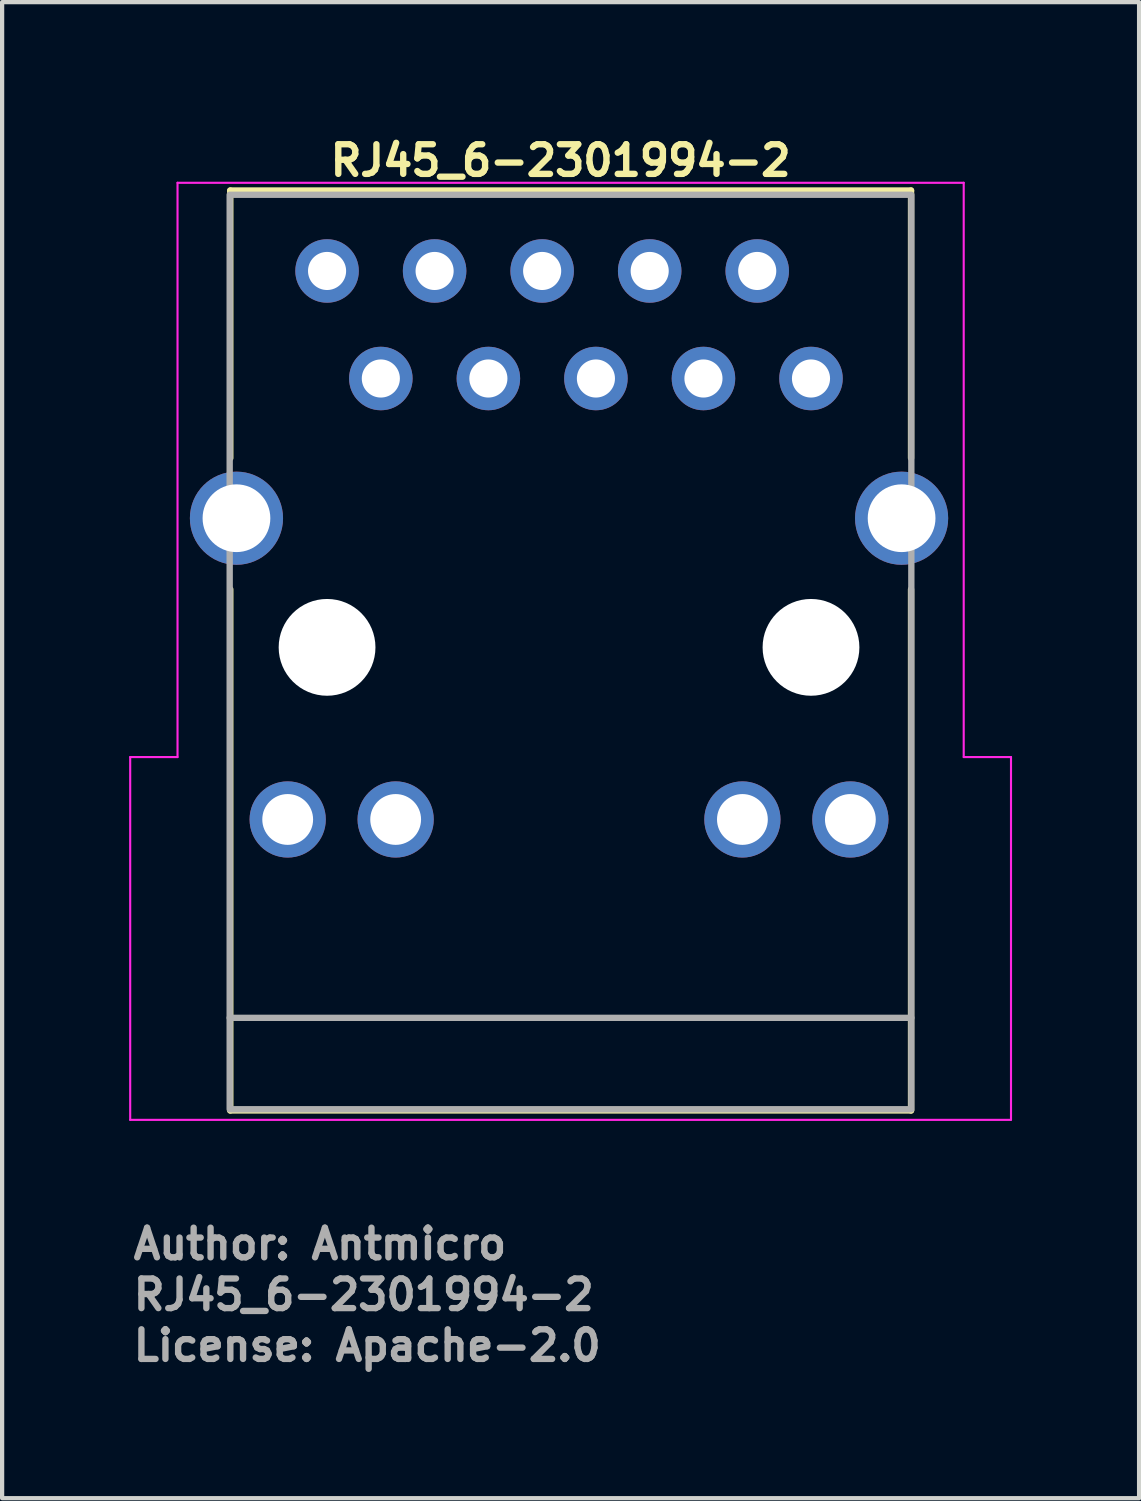
<source format=kicad_pcb>
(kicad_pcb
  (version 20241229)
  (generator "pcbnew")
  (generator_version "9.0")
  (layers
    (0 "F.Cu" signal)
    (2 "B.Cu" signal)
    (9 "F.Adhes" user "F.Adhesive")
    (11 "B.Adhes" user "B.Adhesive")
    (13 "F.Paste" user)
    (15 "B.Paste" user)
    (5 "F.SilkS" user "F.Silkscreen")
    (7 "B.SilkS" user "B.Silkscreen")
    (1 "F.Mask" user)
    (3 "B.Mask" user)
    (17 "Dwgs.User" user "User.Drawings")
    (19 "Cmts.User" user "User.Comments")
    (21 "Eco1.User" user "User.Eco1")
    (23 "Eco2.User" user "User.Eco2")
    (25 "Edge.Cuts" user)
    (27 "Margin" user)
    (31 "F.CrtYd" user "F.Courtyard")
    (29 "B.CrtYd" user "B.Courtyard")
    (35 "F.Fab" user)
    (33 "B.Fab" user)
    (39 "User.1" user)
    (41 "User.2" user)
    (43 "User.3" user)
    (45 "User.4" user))
  (footprint "RJ45_6-2301994-2"
    (layer "F.Cu")
    (at 4.675 3.35)
    (property "Reference" "RJ45_6-2301994-2" (at 0 -2.2 0) (unlocked yes) (layer "F.SilkS") (effects (font (size 0.7 0.7) (thickness 0.15)) (justify left bottom)))
    (attr through_hole)
    (fp_line (start -2.286 4.42) (end -2.286 -1.9) (stroke (width 0.15) (type solid)) (layer "F.SilkS"))
    (fp_line (start -2.286 19.828) (end -2.286 7.519) (stroke (width 0.15) (type solid)) (layer "F.SilkS"))
    (fp_line (start -2.286 19.828) (end 13.793 19.828) (stroke (width 0.15) (type solid)) (layer "F.SilkS"))
    (fp_line (start 13.793 -1.9) (end -2.286 -1.9) (stroke (width 0.15) (type solid)) (layer "F.SilkS"))
    (fp_line (start 13.793 4.42) (end 13.793 -1.9) (stroke (width 0.15) (type solid)) (layer "F.SilkS"))
    (fp_line (start 13.793 7.519) (end 13.793 19.828) (stroke (width 0.15) (type solid)) (layer "F.SilkS"))
    (fp_line (start -4.65 20.05) (end -4.65 11.481) (stroke (width 0.05) (type default)) (layer "F.CrtYd"))
    (fp_line (start -3.532 -2.083) (end 15.037 -2.083) (stroke (width 0.05) (type default)) (layer "F.CrtYd"))
    (fp_line (start -3.532 11.481) (end -4.65 11.481) (stroke (width 0.05) (type default)) (layer "F.CrtYd"))
    (fp_line (start -3.532 11.481) (end -3.532 -2.083) (stroke (width 0.05) (type default)) (layer "F.CrtYd"))
    (fp_line (start 15.037 11.481) (end 15.037 -2.083) (stroke (width 0.05) (type default)) (layer "F.CrtYd"))
    (fp_line (start 16.15 20.05) (end -4.65 20.05) (stroke (width 0.05) (type default)) (layer "F.CrtYd"))
    (fp_line (start 16.154 11.481) (end 15.037 11.481) (stroke (width 0.05) (type default)) (layer "F.CrtYd"))
    (fp_line (start 16.154 11.481) (end 16.154 20.05) (stroke (width 0.05) (type default)) (layer "F.CrtYd"))
    (fp_line (start -2.3 17.64) (end 13.8 17.64) (stroke (width 0.15) (type solid)) (layer "F.Fab"))
    (fp_rect (start -2.3 -1.8) (end 13.8 19.8) (stroke (width 0.15) (type solid)) (fill no) (layer "F.Fab"))
    (fp_line (start -4.25 11.823) (end -4.077 11.723) (stroke (width 0.02) (type solid)) (layer "User.9"))
    (fp_line (start -4.25 11.823) (end -4.077 11.723) (stroke (width 0.02) (type solid)) (layer "User.9"))
    (fp_line (start -4.208 11.897) (end -4.25 11.823) (stroke (width 0.02) (type solid)) (layer "User.9"))
    (fp_line (start -4.105 12.075) (end -4.208 11.897) (stroke (width 0.02) (type solid)) (layer "User.9"))
    (fp_line (start -4.105 12.075) (end -3.974 12.3) (stroke (width 0.02) (type solid)) (layer "User.9"))
    (fp_line (start -4.077 11.723) (end -4.25 11.823) (stroke (width 0.02) (type solid)) (layer "User.9"))
    (fp_line (start -4.077 11.723) (end -4.25 11.823) (stroke (width 0.02) (type solid)) (layer "User.9"))
    (fp_line (start -4.077 11.723) (end -4.034 11.797) (stroke (width 0.02) (type solid)) (layer "User.9"))
    (fp_line (start -4.034 11.797) (end -3.931 11.975) (stroke (width 0.02) (type solid)) (layer "User.9"))
    (fp_line (start -3.974 12.302) (end -3.974 12.3) (stroke (width 0.02) (type solid)) (layer "User.9"))
    (fp_line (start -3.974 12.302) (end -3.974 12.3) (stroke (width 0.02) (type solid)) (layer "User.9"))
    (fp_line (start -3.973 12.303) (end -3.974 12.302) (stroke (width 0.02) (type solid)) (layer "User.9"))
    (fp_line (start -3.973 12.303) (end -3.974 12.302) (stroke (width 0.02) (type solid)) (layer "User.9"))
    (fp_line (start -3.972 12.305) (end -3.973 12.303) (stroke (width 0.02) (type solid)) (layer "User.9"))
    (fp_line (start -3.972 12.305) (end -3.973 12.303) (stroke (width 0.02) (type solid)) (layer "User.9"))
    (fp_line (start -3.972 12.306) (end -3.972 12.305) (stroke (width 0.02) (type solid)) (layer "User.9"))
    (fp_line (start -3.972 12.306) (end -3.972 12.305) (stroke (width 0.02) (type solid)) (layer "User.9"))
    (fp_line (start -3.971 12.308) (end -3.972 12.306) (stroke (width 0.02) (type solid)) (layer "User.9"))
    (fp_line (start -3.971 12.308) (end -3.972 12.306) (stroke (width 0.02) (type solid)) (layer "User.9"))
    (fp_line (start -3.971 12.309) (end -3.971 12.308) (stroke (width 0.02) (type solid)) (layer "User.9"))
    (fp_line (start -3.971 12.309) (end -3.971 12.308) (stroke (width 0.02) (type solid)) (layer "User.9"))
    (fp_line (start -3.97 12.31) (end -3.971 12.309) (stroke (width 0.02) (type solid)) (layer "User.9"))
    (fp_line (start -3.97 12.31) (end -3.971 12.309) (stroke (width 0.02) (type solid)) (layer "User.9"))
    (fp_line (start -3.97 12.312) (end -3.97 12.31) (stroke (width 0.02) (type solid)) (layer "User.9"))
    (fp_line (start -3.97 12.312) (end -3.97 12.31) (stroke (width 0.02) (type solid)) (layer "User.9"))
    (fp_line (start -3.969 12.313) (end -3.97 12.312) (stroke (width 0.02) (type solid)) (layer "User.9"))
    (fp_line (start -3.969 12.313) (end -3.97 12.312) (stroke (width 0.02) (type solid)) (layer "User.9"))
    (fp_line (start -3.969 12.315) (end -3.969 12.313) (stroke (width 0.02) (type solid)) (layer "User.9"))
    (fp_line (start -3.969 12.315) (end -3.969 12.313) (stroke (width 0.02) (type solid)) (layer "User.9"))
    (fp_line (start -3.969 12.317) (end -3.969 12.315) (stroke (width 0.02) (type solid)) (layer "User.9"))
    (fp_line (start -3.969 12.317) (end -3.969 12.315) (stroke (width 0.02) (type solid)) (layer "User.9"))
    (fp_line (start -3.968 12.318) (end -3.969 12.317) (stroke (width 0.02) (type solid)) (layer "User.9"))
    (fp_line (start -3.968 12.318) (end -3.969 12.317) (stroke (width 0.02) (type solid)) (layer "User.9"))
    (fp_line (start -3.968 12.32) (end -3.968 12.318) (stroke (width 0.02) (type solid)) (layer "User.9"))
    (fp_line (start -3.968 12.32) (end -3.968 12.318) (stroke (width 0.02) (type solid)) (layer "User.9"))
    (fp_line (start -3.968 12.321) (end -3.968 12.32) (stroke (width 0.02) (type solid)) (layer "User.9"))
    (fp_line (start -3.968 12.321) (end -3.968 12.32) (stroke (width 0.02) (type solid)) (layer "User.9"))
    (fp_line (start -3.968 12.323) (end -3.968 12.321) (stroke (width 0.02) (type solid)) (layer "User.9"))
    (fp_line (start -3.968 12.323) (end -3.968 12.321) (stroke (width 0.02) (type solid)) (layer "User.9"))
    (fp_line (start -3.968 12.324) (end -3.968 12.323) (stroke (width 0.02) (type solid)) (layer "User.9"))
    (fp_line (start -3.968 12.324) (end -3.968 12.323) (stroke (width 0.02) (type solid)) (layer "User.9"))
    (fp_line (start -3.968 12.324) (end -3.968 15.622) (stroke (width 0.02) (type solid)) (layer "User.9"))
    (fp_line (start -3.968 12.324) (end -3.968 15.622) (stroke (width 0.02) (type solid)) (layer "User.9"))
    (fp_line (start -3.968 15.622) (end -3.967 15.731) (stroke (width 0.02) (type solid)) (layer "User.9"))
    (fp_line (start -3.967 15.731) (end -3.962 15.839) (stroke (width 0.02) (type solid)) (layer "User.9"))
    (fp_line (start -3.962 15.839) (end -3.956 15.946) (stroke (width 0.02) (type solid)) (layer "User.9"))
    (fp_line (start -3.956 15.946) (end -3.946 16.053) (stroke (width 0.02) (type solid)) (layer "User.9"))
    (fp_line (start -3.946 16.053) (end -3.934 16.158) (stroke (width 0.02) (type solid)) (layer "User.9"))
    (fp_line (start -3.934 16.158) (end -3.92 16.262) (stroke (width 0.02) (type solid)) (layer "User.9"))
    (fp_line (start -3.92 16.262) (end -3.903 16.365) (stroke (width 0.02) (type solid)) (layer "User.9"))
    (fp_line (start -3.903 16.365) (end -3.883 16.467) (stroke (width 0.02) (type solid)) (layer "User.9"))
    (fp_line (start -3.883 16.467) (end -3.862 16.568) (stroke (width 0.02) (type solid)) (layer "User.9"))
    (fp_line (start -3.862 16.568) (end -3.837 16.668) (stroke (width 0.02) (type solid)) (layer "User.9"))
    (fp_line (start -3.837 16.668) (end -3.811 16.767) (stroke (width 0.02) (type solid)) (layer "User.9"))
    (fp_line (start -3.811 16.767) (end -3.782 16.865) (stroke (width 0.02) (type solid)) (layer "User.9"))
    (fp_line (start -3.801 12.2) (end -3.931 11.975) (stroke (width 0.02) (type solid)) (layer "User.9"))
    (fp_line (start -3.797 12.208) (end -3.801 12.2) (stroke (width 0.02) (type solid)) (layer "User.9"))
    (fp_line (start -3.793 12.215) (end -3.797 12.208) (stroke (width 0.02) (type solid)) (layer "User.9"))
    (fp_line (start -3.79 12.222) (end -3.793 12.215) (stroke (width 0.02) (type solid)) (layer "User.9"))
    (fp_line (start -3.787 12.23) (end -3.79 12.222) (stroke (width 0.02) (type solid)) (layer "User.9"))
    (fp_line (start -3.784 12.237) (end -3.787 12.23) (stroke (width 0.02) (type solid)) (layer "User.9"))
    (fp_line (start -3.782 16.865) (end -3.751 16.962) (stroke (width 0.02) (type solid)) (layer "User.9"))
    (fp_line (start -3.781 12.245) (end -3.784 12.237) (stroke (width 0.02) (type solid)) (layer "User.9"))
    (fp_line (start -3.779 12.252) (end -3.781 12.245) (stroke (width 0.02) (type solid)) (layer "User.9"))
    (fp_line (start -3.776 12.26) (end -3.779 12.252) (stroke (width 0.02) (type solid)) (layer "User.9"))
    (fp_line (start -3.774 12.268) (end -3.776 12.26) (stroke (width 0.02) (type solid)) (layer "User.9"))
    (fp_line (start -3.773 12.276) (end -3.774 12.268) (stroke (width 0.02) (type solid)) (layer "User.9"))
    (fp_line (start -3.771 12.284) (end -3.773 12.276) (stroke (width 0.02) (type solid)) (layer "User.9"))
    (fp_line (start -3.77 12.292) (end -3.771 12.284) (stroke (width 0.02) (type solid)) (layer "User.9"))
    (fp_line (start -3.769 12.3) (end -3.77 12.292) (stroke (width 0.02) (type solid)) (layer "User.9"))
    (fp_line (start -3.769 12.308) (end -3.769 12.3) (stroke (width 0.02) (type solid)) (layer "User.9"))
    (fp_line (start -3.768 12.316) (end -3.769 12.308) (stroke (width 0.02) (type solid)) (layer "User.9"))
    (fp_line (start -3.768 12.324) (end -3.768 12.316) (stroke (width 0.02) (type solid)) (layer "User.9"))
    (fp_line (start -3.768 15.622) (end -3.768 12.324) (stroke (width 0.02) (type solid)) (layer "User.9"))
    (fp_line (start -3.768 15.622) (end -3.768 12.324) (stroke (width 0.02) (type solid)) (layer "User.9"))
    (fp_line (start -3.768 15.622) (end -3.767 15.726) (stroke (width 0.02) (type solid)) (layer "User.9"))
    (fp_line (start -3.768 15.622) (end -3.767 15.726) (stroke (width 0.02) (type solid)) (layer "User.9"))
    (fp_line (start -3.767 15.726) (end -3.763 15.829) (stroke (width 0.02) (type solid)) (layer "User.9"))
    (fp_line (start -3.767 15.726) (end -3.763 15.829) (stroke (width 0.02) (type solid)) (layer "User.9"))
    (fp_line (start -3.763 15.829) (end -3.756 15.931) (stroke (width 0.02) (type solid)) (layer "User.9"))
    (fp_line (start -3.763 15.829) (end -3.756 15.931) (stroke (width 0.02) (type solid)) (layer "User.9"))
    (fp_line (start -3.756 15.931) (end -3.747 16.032) (stroke (width 0.02) (type solid)) (layer "User.9"))
    (fp_line (start -3.756 15.931) (end -3.747 16.032) (stroke (width 0.02) (type solid)) (layer "User.9"))
    (fp_line (start -3.751 16.962) (end -3.718 17.058) (stroke (width 0.02) (type solid)) (layer "User.9"))
    (fp_line (start -3.747 16.032) (end -3.736 16.132) (stroke (width 0.02) (type solid)) (layer "User.9"))
    (fp_line (start -3.747 16.032) (end -3.736 16.132) (stroke (width 0.02) (type solid)) (layer "User.9"))
    (fp_line (start -3.736 16.132) (end -3.722 16.231) (stroke (width 0.02) (type solid)) (layer "User.9"))
    (fp_line (start -3.736 16.132) (end -3.722 16.231) (stroke (width 0.02) (type solid)) (layer "User.9"))
    (fp_line (start -3.722 16.231) (end -3.706 16.33) (stroke (width 0.02) (type solid)) (layer "User.9"))
    (fp_line (start -3.722 16.231) (end -3.706 16.33) (stroke (width 0.02) (type solid)) (layer "User.9"))
    (fp_line (start -3.718 17.058) (end -3.682 17.153) (stroke (width 0.02) (type solid)) (layer "User.9"))
    (fp_line (start -3.706 16.33) (end -3.687 16.427) (stroke (width 0.02) (type solid)) (layer "User.9"))
    (fp_line (start -3.706 16.33) (end -3.687 16.427) (stroke (width 0.02) (type solid)) (layer "User.9"))
    (fp_line (start -3.687 16.427) (end -3.667 16.523) (stroke (width 0.02) (type solid)) (layer "User.9"))
    (fp_line (start -3.687 16.427) (end -3.667 16.523) (stroke (width 0.02) (type solid)) (layer "User.9"))
    (fp_line (start -3.682 17.153) (end -3.645 17.248) (stroke (width 0.02) (type solid)) (layer "User.9"))
    (fp_line (start -3.667 16.523) (end -3.644 16.618) (stroke (width 0.02) (type solid)) (layer "User.9"))
    (fp_line (start -3.667 16.523) (end -3.644 16.618) (stroke (width 0.02) (type solid)) (layer "User.9"))
    (fp_line (start -3.645 17.248) (end -3.604 17.341) (stroke (width 0.02) (type solid)) (layer "User.9"))
    (fp_line (start -3.644 16.618) (end -3.618 16.713) (stroke (width 0.02) (type solid)) (layer "User.9"))
    (fp_line (start -3.644 16.618) (end -3.618 16.713) (stroke (width 0.02) (type solid)) (layer "User.9"))
    (fp_line (start -3.618 16.713) (end -3.591 16.806) (stroke (width 0.02) (type solid)) (layer "User.9"))
    (fp_line (start -3.618 16.713) (end -3.591 16.806) (stroke (width 0.02) (type solid)) (layer "User.9"))
    (fp_line (start -3.604 17.341) (end -3.562 17.434) (stroke (width 0.02) (type solid)) (layer "User.9"))
    (fp_line (start -3.591 16.806) (end -3.561 16.899) (stroke (width 0.02) (type solid)) (layer "User.9"))
    (fp_line (start -3.591 16.806) (end -3.561 16.899) (stroke (width 0.02) (type solid)) (layer "User.9"))
    (fp_line (start -3.562 17.434) (end -3.518 17.525) (stroke (width 0.02) (type solid)) (layer "User.9"))
    (fp_line (start -3.561 16.899) (end -3.53 16.99) (stroke (width 0.02) (type solid)) (layer "User.9"))
    (fp_line (start -3.561 16.899) (end -3.53 16.99) (stroke (width 0.02) (type solid)) (layer "User.9"))
    (fp_line (start -3.53 16.99) (end -3.496 17.081) (stroke (width 0.02) (type solid)) (layer "User.9"))
    (fp_line (start -3.53 16.99) (end -3.496 17.081) (stroke (width 0.02) (type solid)) (layer "User.9"))
    (fp_line (start -3.518 17.525) (end -3.471 17.616) (stroke (width 0.02) (type solid)) (layer "User.9"))
    (fp_line (start -3.496 17.081) (end -3.46 17.171) (stroke (width 0.02) (type solid)) (layer "User.9"))
    (fp_line (start -3.496 17.081) (end -3.46 17.171) (stroke (width 0.02) (type solid)) (layer "User.9"))
    (fp_line (start -3.471 17.616) (end -3.422 17.706) (stroke (width 0.02) (type solid)) (layer "User.9"))
    (fp_line (start -3.46 17.171) (end -3.422 17.26) (stroke (width 0.02) (type solid)) (layer "User.9"))
    (fp_line (start -3.46 17.171) (end -3.422 17.26) (stroke (width 0.02) (type solid)) (layer "User.9"))
    (fp_line (start -3.422 17.26) (end -3.381 17.348) (stroke (width 0.02) (type solid)) (layer "User.9"))
    (fp_line (start -3.422 17.26) (end -3.381 17.348) (stroke (width 0.02) (type solid)) (layer "User.9"))
    (fp_line (start -3.422 17.706) (end -3.371 17.795) (stroke (width 0.02) (type solid)) (layer "User.9"))
    (fp_line (start -3.381 17.348) (end -3.339 17.436) (stroke (width 0.02) (type solid)) (layer "User.9"))
    (fp_line (start -3.381 17.348) (end -3.339 17.436) (stroke (width 0.02) (type solid)) (layer "User.9"))
    (fp_line (start -3.371 17.795) (end -3.317 17.882) (stroke (width 0.02) (type solid)) (layer "User.9"))
    (fp_line (start -3.339 17.436) (end -3.294 17.522) (stroke (width 0.02) (type solid)) (layer "User.9"))
    (fp_line (start -3.339 17.436) (end -3.294 17.522) (stroke (width 0.02) (type solid)) (layer "User.9"))
    (fp_line (start -3.317 17.882) (end -3.261 17.969) (stroke (width 0.02) (type solid)) (layer "User.9"))
    (fp_line (start -3.294 17.522) (end -3.248 17.608) (stroke (width 0.02) (type solid)) (layer "User.9"))
    (fp_line (start -3.294 17.522) (end -3.248 17.608) (stroke (width 0.02) (type solid)) (layer "User.9"))
    (fp_line (start -3.261 17.969) (end -3.203 18.055) (stroke (width 0.02) (type solid)) (layer "User.9"))
    (fp_line (start -3.248 17.608) (end -3.199 17.692) (stroke (width 0.02) (type solid)) (layer "User.9"))
    (fp_line (start -3.248 17.608) (end -3.199 17.692) (stroke (width 0.02) (type solid)) (layer "User.9"))
    (fp_line (start -3.203 18.055) (end -3.142 18.14) (stroke (width 0.02) (type solid)) (layer "User.9"))
    (fp_line (start -3.199 17.692) (end -3.148 17.776) (stroke (width 0.02) (type solid)) (layer "User.9"))
    (fp_line (start -3.199 17.692) (end -3.148 17.776) (stroke (width 0.02) (type solid)) (layer "User.9"))
    (fp_line (start -3.148 17.776) (end -3.094 17.859) (stroke (width 0.02) (type solid)) (layer "User.9"))
    (fp_line (start -3.148 17.776) (end -3.094 17.859) (stroke (width 0.02) (type solid)) (layer "User.9"))
    (fp_line (start -3.142 18.14) (end -3.078 18.224) (stroke (width 0.02) (type solid)) (layer "User.9"))
    (fp_line (start -3.094 17.859) (end -3.039 17.941) (stroke (width 0.02) (type solid)) (layer "User.9"))
    (fp_line (start -3.094 17.859) (end -3.039 17.941) (stroke (width 0.02) (type solid)) (layer "User.9"))
    (fp_line (start -3.078 18.224) (end -3.013 18.306) (stroke (width 0.02) (type solid)) (layer "User.9"))
    (fp_line (start -3.039 17.941) (end -2.981 18.021) (stroke (width 0.02) (type solid)) (layer "User.9"))
    (fp_line (start -3.039 17.941) (end -2.981 18.021) (stroke (width 0.02) (type solid)) (layer "User.9"))
    (fp_line (start -3.013 18.306) (end -2.944 18.388) (stroke (width 0.02) (type solid)) (layer "User.9"))
    (fp_line (start -2.981 18.021) (end -2.92 18.101) (stroke (width 0.02) (type solid)) (layer "User.9"))
    (fp_line (start -2.981 18.021) (end -2.92 18.101) (stroke (width 0.02) (type solid)) (layer "User.9"))
    (fp_line (start -2.944 18.388) (end -2.873 18.469) (stroke (width 0.02) (type solid)) (layer "User.9"))
    (fp_line (start -2.92 18.101) (end -2.858 18.18) (stroke (width 0.02) (type solid)) (layer "User.9"))
    (fp_line (start -2.92 18.101) (end -2.858 18.18) (stroke (width 0.02) (type solid)) (layer "User.9"))
    (fp_line (start -2.873 18.469) (end -2.8 18.548) (stroke (width 0.02) (type solid)) (layer "User.9"))
    (fp_line (start -2.858 18.18) (end -2.792 18.258) (stroke (width 0.02) (type solid)) (layer "User.9"))
    (fp_line (start -2.858 18.18) (end -2.792 18.258) (stroke (width 0.02) (type solid)) (layer "User.9"))
    (fp_line (start -2.8 18.548) (end -2.723 18.627) (stroke (width 0.02) (type solid)) (layer "User.9"))
    (fp_line (start -2.792 18.258) (end -2.725 18.335) (stroke (width 0.02) (type solid)) (layer "User.9"))
    (fp_line (start -2.792 18.258) (end -2.725 18.335) (stroke (width 0.02) (type solid)) (layer "User.9"))
    (fp_line (start -2.725 18.335) (end -2.655 18.411) (stroke (width 0.02) (type solid)) (layer "User.9"))
    (fp_line (start -2.725 18.335) (end -2.655 18.411) (stroke (width 0.02) (type solid)) (layer "User.9"))
    (fp_line (start -2.723 18.627) (end -2.209 19.141) (stroke (width 0.02) (type solid)) (layer "User.9"))
    (fp_line (start -2.655 18.411) (end -2.582 18.485) (stroke (width 0.02) (type solid)) (layer "User.9"))
    (fp_line (start -2.655 18.411) (end -2.582 18.485) (stroke (width 0.02) (type solid)) (layer "User.9"))
    (fp_line (start -2.331 0.315) (end -2.2 0.377) (stroke (width 0.02) (type solid)) (layer "User.9"))
    (fp_line (start -2.31 5.693) (end -2.308 5.676) (stroke (width 0.02) (type solid)) (layer "User.9"))
    (fp_line (start -2.31 5.71) (end -2.31 5.693) (stroke (width 0.02) (type solid)) (layer "User.9"))
    (fp_line (start -2.31 5.724) (end -2.31 5.71) (stroke (width 0.02) (type solid)) (layer "User.9"))
    (fp_line (start -2.31 5.763) (end -2.31 5.724) (stroke (width 0.02) (type solid)) (layer "User.9"))
    (fp_line (start -2.31 5.85) (end -2.31 5.763) (stroke (width 0.02) (type solid)) (layer "User.9"))
    (fp_line (start -2.31 5.96) (end -2.31 5.85) (stroke (width 0.02) (type solid)) (layer "User.9"))
    (fp_line (start -2.31 5.987) (end -2.31 5.96) (stroke (width 0.02) (type solid)) (layer "User.9"))
    (fp_line (start -2.31 5.99) (end -2.31 5.987) (stroke (width 0.02) (type solid)) (layer "User.9"))
    (fp_line (start -2.31 5.99) (end -2.31 6.007) (stroke (width 0.02) (type solid)) (layer "User.9"))
    (fp_line (start -2.31 6.007) (end -2.308 6.024) (stroke (width 0.02) (type solid)) (layer "User.9"))
    (fp_line (start -2.308 5.676) (end -2.306 5.659) (stroke (width 0.02) (type solid)) (layer "User.9"))
    (fp_line (start -2.308 6.024) (end -2.306 6.041) (stroke (width 0.02) (type solid)) (layer "User.9"))
    (fp_line (start -2.306 5.659) (end -2.303 5.643) (stroke (width 0.02) (type solid)) (layer "User.9"))
    (fp_line (start -2.306 6.041) (end -2.303 6.057) (stroke (width 0.02) (type solid)) (layer "User.9"))
    (fp_line (start -2.303 5.643) (end -2.299 5.626) (stroke (width 0.02) (type solid)) (layer "User.9"))
    (fp_line (start -2.303 6.057) (end -2.299 6.074) (stroke (width 0.02) (type solid)) (layer "User.9"))
    (fp_line (start -2.299 5.626) (end -2.294 5.61) (stroke (width 0.02) (type solid)) (layer "User.9"))
    (fp_line (start -2.299 6.074) (end -2.294 6.09) (stroke (width 0.02) (type solid)) (layer "User.9"))
    (fp_line (start -2.294 5.61) (end -2.288 5.595) (stroke (width 0.02) (type solid)) (layer "User.9"))
    (fp_line (start -2.294 6.09) (end -2.288 6.105) (stroke (width 0.02) (type solid)) (layer "User.9"))
    (fp_line (start -2.288 5.595) (end -2.281 5.579) (stroke (width 0.02) (type solid)) (layer "User.9"))
    (fp_line (start -2.288 6.105) (end -2.281 6.121) (stroke (width 0.02) (type solid)) (layer "User.9"))
    (fp_line (start -2.281 5.579) (end -2.274 5.564) (stroke (width 0.02) (type solid)) (layer "User.9"))
    (fp_line (start -2.281 6.121) (end -2.274 6.136) (stroke (width 0.02) (type solid)) (layer "User.9"))
    (fp_line (start -2.274 5.564) (end -2.265 5.55) (stroke (width 0.02) (type solid)) (layer "User.9"))
    (fp_line (start -2.274 6.136) (end -2.265 6.15) (stroke (width 0.02) (type solid)) (layer "User.9"))
    (fp_line (start -2.265 5.55) (end -2.256 5.536) (stroke (width 0.02) (type solid)) (layer "User.9"))
    (fp_line (start -2.265 6.15) (end -2.256 6.164) (stroke (width 0.02) (type solid)) (layer "User.9"))
    (fp_line (start -2.256 5.536) (end -2.247 5.522) (stroke (width 0.02) (type solid)) (layer "User.9"))
    (fp_line (start -2.256 6.164) (end -2.247 6.178) (stroke (width 0.02) (type solid)) (layer "User.9"))
    (fp_line (start -2.247 5.522) (end -2.236 5.509) (stroke (width 0.02) (type solid)) (layer "User.9"))
    (fp_line (start -2.247 6.178) (end -2.236 6.191) (stroke (width 0.02) (type solid)) (layer "User.9"))
    (fp_line (start -2.236 5.509) (end -2.225 5.496) (stroke (width 0.02) (type solid)) (layer "User.9"))
    (fp_line (start -2.236 6.191) (end -2.225 6.204) (stroke (width 0.02) (type solid)) (layer "User.9"))
    (fp_line (start -2.225 5.496) (end -2.213 5.484) (stroke (width 0.02) (type solid)) (layer "User.9"))
    (fp_line (start -2.225 6.204) (end -2.213 6.216) (stroke (width 0.02) (type solid)) (layer "User.9"))
    (fp_line (start -2.213 5.484) (end -2.2 5.473) (stroke (width 0.02) (type solid)) (layer "User.9"))
    (fp_line (start -2.213 6.216) (end -2.2 6.227) (stroke (width 0.02) (type solid)) (layer "User.9"))
    (fp_line (start -2.208 19.142) (end -2.209 19.141) (stroke (width 0.02) (type solid)) (layer "User.9"))
    (fp_line (start -2.208 19.142) (end -2.209 19.141) (stroke (width 0.02) (type solid)) (layer "User.9"))
    (fp_line (start -2.207 19.143) (end -2.208 19.142) (stroke (width 0.02) (type solid)) (layer "User.9"))
    (fp_line (start -2.207 19.143) (end -2.208 19.142) (stroke (width 0.02) (type solid)) (layer "User.9"))
    (fp_line (start -2.206 19.144) (end -2.207 19.143) (stroke (width 0.02) (type solid)) (layer "User.9"))
    (fp_line (start -2.206 19.144) (end -2.207 19.143) (stroke (width 0.02) (type solid)) (layer "User.9"))
    (fp_line (start -2.205 19.146) (end -2.206 19.144) (stroke (width 0.02) (type solid)) (layer "User.9"))
    (fp_line (start -2.205 19.146) (end -2.206 19.144) (stroke (width 0.02) (type solid)) (layer "User.9"))
    (fp_line (start -2.204 19.147) (end -2.205 19.146) (stroke (width 0.02) (type solid)) (layer "User.9"))
    (fp_line (start -2.204 19.147) (end -2.205 19.146) (stroke (width 0.02) (type solid)) (layer "User.9"))
    (fp_line (start -2.204 19.148) (end -2.204 19.147) (stroke (width 0.02) (type solid)) (layer "User.9"))
    (fp_line (start -2.204 19.148) (end -2.204 19.147) (stroke (width 0.02) (type solid)) (layer "User.9"))
    (fp_line (start -2.203 19.15) (end -2.204 19.148) (stroke (width 0.02) (type solid)) (layer "User.9"))
    (fp_line (start -2.203 19.15) (end -2.204 19.148) (stroke (width 0.02) (type solid)) (layer "User.9"))
    (fp_line (start -2.202 19.151) (end -2.203 19.15) (stroke (width 0.02) (type solid)) (layer "User.9"))
    (fp_line (start -2.202 19.151) (end -2.203 19.15) (stroke (width 0.02) (type solid)) (layer "User.9"))
    (fp_line (start -2.202 19.152) (end -2.202 19.151) (stroke (width 0.02) (type solid)) (layer "User.9"))
    (fp_line (start -2.202 19.152) (end -2.202 19.151) (stroke (width 0.02) (type solid)) (layer "User.9"))
    (fp_line (start -2.201 19.154) (end -2.202 19.152) (stroke (width 0.02) (type solid)) (layer "User.9"))
    (fp_line (start -2.201 19.154) (end -2.202 19.152) (stroke (width 0.02) (type solid)) (layer "User.9"))
    (fp_line (start -2.201 19.155) (end -2.201 19.154) (stroke (width 0.02) (type solid)) (layer "User.9"))
    (fp_line (start -2.201 19.155) (end -2.201 19.154) (stroke (width 0.02) (type solid)) (layer "User.9"))
    (fp_line (start -2.201 19.157) (end -2.201 19.155) (stroke (width 0.02) (type solid)) (layer "User.9"))
    (fp_line (start -2.201 19.157) (end -2.201 19.155) (stroke (width 0.02) (type solid)) (layer "User.9"))
    (fp_line (start -2.2 -1.3) (end -2.083 -1.3) (stroke (width 0.02) (type solid)) (layer "User.9"))
    (fp_line (start -2.2 0.035) (end -2.331 0.315) (stroke (width 0.02) (type solid)) (layer "User.9"))
    (fp_line (start -2.2 18.867) (end -2.582 18.485) (stroke (width 0.02) (type solid)) (layer "User.9"))
    (fp_line (start -2.2 19.158) (end -2.201 19.157) (stroke (width 0.02) (type solid)) (layer "User.9"))
    (fp_line (start -2.2 19.158) (end -2.201 19.157) (stroke (width 0.02) (type solid)) (layer "User.9"))
    (fp_line (start -2.2 19.16) (end -2.2 19.158) (stroke (width 0.02) (type solid)) (layer "User.9"))
    (fp_line (start -2.2 19.16) (end -2.2 19.158) (stroke (width 0.02) (type solid)) (layer "User.9"))
    (fp_line (start -2.2 19.162) (end -2.2 19.16) (stroke (width 0.02) (type solid)) (layer "User.9"))
    (fp_line (start -2.2 19.162) (end -2.2 19.16) (stroke (width 0.02) (type solid)) (layer "User.9"))
    (fp_line (start -2.2 19.163) (end -2.2 19.162) (stroke (width 0.02) (type solid)) (layer "User.9"))
    (fp_line (start -2.2 19.163) (end -2.2 19.162) (stroke (width 0.02) (type solid)) (layer "User.9"))
    (fp_line (start -2.2 19.25) (end -2.2 -1.3) (stroke (width 0.02) (type solid)) (layer "User.9"))
    (fp_line (start -2.2 19.25) (end -2.199 19.271) (stroke (width 0.02) (type solid)) (layer "User.9"))
    (fp_line (start -2.199 -1.321) (end -2.2 -1.3) (stroke (width 0.02) (type solid)) (layer "User.9"))
    (fp_line (start -2.199 19.271) (end -2.198 19.291) (stroke (width 0.02) (type solid)) (layer "User.9"))
    (fp_line (start -2.198 -1.341) (end -2.199 -1.321) (stroke (width 0.02) (type solid)) (layer "User.9"))
    (fp_line (start -2.198 19.291) (end -2.195 19.311) (stroke (width 0.02) (type solid)) (layer "User.9"))
    (fp_line (start -2.195 -1.361) (end -2.198 -1.341) (stroke (width 0.02) (type solid)) (layer "User.9"))
    (fp_line (start -2.195 19.311) (end -2.192 19.331) (stroke (width 0.02) (type solid)) (layer "User.9"))
    (fp_line (start -2.192 -1.381) (end -2.195 -1.361) (stroke (width 0.02) (type solid)) (layer "User.9"))
    (fp_line (start -2.192 19.331) (end -2.187 19.35) (stroke (width 0.02) (type solid)) (layer "User.9"))
    (fp_line (start -2.187 -1.4) (end -2.192 -1.381) (stroke (width 0.02) (type solid)) (layer "User.9"))
    (fp_line (start -2.187 19.35) (end -2.182 19.369) (stroke (width 0.02) (type solid)) (layer "User.9"))
    (fp_line (start -2.182 -1.419) (end -2.187 -1.4) (stroke (width 0.02) (type solid)) (layer "User.9"))
    (fp_line (start -2.182 19.369) (end -2.176 19.388) (stroke (width 0.02) (type solid)) (layer "User.9"))
    (fp_line (start -2.176 -1.438) (end -2.182 -1.419) (stroke (width 0.02) (type solid)) (layer "User.9"))
    (fp_line (start -2.176 19.388) (end -2.169 19.406) (stroke (width 0.02) (type solid)) (layer "User.9"))
    (fp_line (start -2.169 -1.456) (end -2.176 -1.438) (stroke (width 0.02) (type solid)) (layer "User.9"))
    (fp_line (start -2.169 19.406) (end -2.161 19.423) (stroke (width 0.02) (type solid)) (layer "User.9"))
    (fp_line (start -2.161 -1.473) (end -2.169 -1.456) (stroke (width 0.02) (type solid)) (layer "User.9"))
    (fp_line (start -2.161 19.423) (end -2.152 19.441) (stroke (width 0.02) (type solid)) (layer "User.9"))
    (fp_line (start -2.152 -1.491) (end -2.161 -1.473) (stroke (width 0.02) (type solid)) (layer "User.9"))
    (fp_line (start -2.152 19.441) (end -2.142 19.457) (stroke (width 0.02) (type solid)) (layer "User.9"))
    (fp_line (start -2.142 -1.507) (end -2.152 -1.491) (stroke (width 0.02) (type solid)) (layer "User.9"))
    (fp_line (start -2.142 19.457) (end -2.132 19.474) (stroke (width 0.02) (type solid)) (layer "User.9"))
    (fp_line (start -2.132 -1.524) (end -2.142 -1.507) (stroke (width 0.02) (type solid)) (layer "User.9"))
    (fp_line (start -2.132 19.474) (end -2.121 19.489) (stroke (width 0.02) (type solid)) (layer "User.9"))
    (fp_line (start -2.121 -1.539) (end -2.132 -1.524) (stroke (width 0.02) (type solid)) (layer "User.9"))
    (fp_line (start -2.121 19.489) (end -2.109 19.504) (stroke (width 0.02) (type solid)) (layer "User.9"))
    (fp_line (start -2.109 -1.554) (end -2.121 -1.539) (stroke (width 0.02) (type solid)) (layer "User.9"))
    (fp_line (start -2.109 19.504) (end -2.096 19.519) (stroke (width 0.02) (type solid)) (layer "User.9"))
    (fp_line (start -2.096 -1.569) (end -2.109 -1.554) (stroke (width 0.02) (type solid)) (layer "User.9"))
    (fp_line (start -2.096 19.519) (end -2.083 19.533) (stroke (width 0.02) (type solid)) (layer "User.9"))
    (fp_line (start -2.083 -1.583) (end -2.096 -1.569) (stroke (width 0.02) (type solid)) (layer "User.9"))
    (fp_line (start -2.083 -1.3) (end -1.8 -1.3) (stroke (width 0.02) (type solid)) (layer "User.9"))
    (fp_line (start -2.083 19.533) (end -2.069 19.546) (stroke (width 0.02) (type solid)) (layer "User.9"))
    (fp_line (start -2.069 -1.596) (end -2.083 -1.583) (stroke (width 0.02) (type solid)) (layer "User.9"))
    (fp_line (start -2.069 19.546) (end -2.054 19.559) (stroke (width 0.02) (type solid)) (layer "User.9"))
    (fp_line (start -2.054 -1.609) (end -2.069 -1.596) (stroke (width 0.02) (type solid)) (layer "User.9"))
    (fp_line (start -2.054 19.559) (end -2.039 19.571) (stroke (width 0.02) (type solid)) (layer "User.9"))
    (fp_line (start -2.039 -1.621) (end -2.054 -1.609) (stroke (width 0.02) (type solid)) (layer "User.9"))
    (fp_line (start -2.039 19.571) (end -2.024 19.582) (stroke (width 0.02) (type solid)) (layer "User.9"))
    (fp_line (start -2.024 -1.632) (end -2.039 -1.621) (stroke (width 0.02) (type solid)) (layer "User.9"))
    (fp_line (start -2.024 19.582) (end -2.007 19.592) (stroke (width 0.02) (type solid)) (layer "User.9"))
    (fp_line (start -2.007 -1.642) (end -2.024 -1.632) (stroke (width 0.02) (type solid)) (layer "User.9"))
    (fp_line (start -2.007 19.592) (end -1.991 19.602) (stroke (width 0.02) (type solid)) (layer "User.9"))
    (fp_line (start -1.991 -1.652) (end -2.007 -1.642) (stroke (width 0.02) (type solid)) (layer "User.9"))
    (fp_line (start -1.991 19.602) (end -1.973 19.611) (stroke (width 0.02) (type solid)) (layer "User.9"))
    (fp_line (start -1.973 -1.661) (end -1.991 -1.652) (stroke (width 0.02) (type solid)) (layer "User.9"))
    (fp_line (start -1.973 19.611) (end -1.956 19.619) (stroke (width 0.02) (type solid)) (layer "User.9"))
    (fp_line (start -1.956 -1.669) (end -1.973 -1.661) (stroke (width 0.02) (type solid)) (layer "User.9"))
    (fp_line (start -1.956 19.619) (end -1.938 19.626) (stroke (width 0.02) (type solid)) (layer "User.9"))
    (fp_line (start -1.938 -1.676) (end -1.956 -1.669) (stroke (width 0.02) (type solid)) (layer "User.9"))
    (fp_line (start -1.938 19.626) (end -1.919 19.632) (stroke (width 0.02) (type solid)) (layer "User.9"))
    (fp_line (start -1.919 -1.682) (end -1.938 -1.676) (stroke (width 0.02) (type solid)) (layer "User.9"))
    (fp_line (start -1.919 19.632) (end -1.9 19.637) (stroke (width 0.02) (type solid)) (layer "User.9"))
    (fp_line (start -1.9 -1.687) (end -1.919 -1.682) (stroke (width 0.02) (type solid)) (layer "User.9"))
    (fp_line (start -1.9 19.637) (end -1.881 19.642) (stroke (width 0.02) (type solid)) (layer "User.9"))
    (fp_line (start -1.881 -1.692) (end -1.9 -1.687) (stroke (width 0.02) (type solid)) (layer "User.9"))
    (fp_line (start -1.881 19.642) (end -1.861 19.645) (stroke (width 0.02) (type solid)) (layer "User.9"))
    (fp_line (start -1.861 -1.695) (end -1.881 -1.692) (stroke (width 0.02) (type solid)) (layer "User.9"))
    (fp_line (start -1.861 19.645) (end -1.841 19.648) (stroke (width 0.02) (type solid)) (layer "User.9"))
    (fp_line (start -1.841 -1.698) (end -1.861 -1.695) (stroke (width 0.02) (type solid)) (layer "User.9"))
    (fp_line (start -1.841 19.648) (end -1.821 19.649) (stroke (width 0.02) (type solid)) (layer "User.9"))
    (fp_line (start -1.821 -1.699) (end -1.841 -1.698) (stroke (width 0.02) (type solid)) (layer "User.9"))
    (fp_line (start -1.821 19.649) (end -1.8 19.65) (stroke (width 0.02) (type solid)) (layer "User.9"))
    (fp_line (start -1.8 -1.7) (end -1.821 -1.699) (stroke (width 0.02) (type solid)) (layer "User.9"))
    (fp_line (start -1.8 19.533) (end -1.8 19.25) (stroke (width 0.02) (type solid)) (layer "User.9"))
    (fp_line (start -1.8 19.65) (end -1.8 19.533) (stroke (width 0.02) (type solid)) (layer "User.9"))
    (fp_line (start 2.085 19.163) (end 2.086 19.141) (stroke (width 0.02) (type solid)) (layer "User.9"))
    (fp_line (start 2.085 19.163) (end 2.086 19.141) (stroke (width 0.02) (type solid)) (layer "User.9"))
    (fp_line (start 2.104 18.627) (end 2.086 19.141) (stroke (width 0.02) (type solid)) (layer "User.9"))
    (fp_line (start 2.208 15.622) (end 2.104 18.627) (stroke (width 0.02) (type solid)) (layer "User.9"))
    (fp_line (start 2.324 12.324) (end 2.208 15.622) (stroke (width 0.02) (type solid)) (layer "User.9"))
    (fp_line (start 2.324 12.324) (end 2.324 12.3) (stroke (width 0.02) (type solid)) (layer "User.9"))
    (fp_line (start 2.332 12.075) (end 2.324 12.3) (stroke (width 0.02) (type solid)) (layer "User.9"))
    (fp_line (start 2.333 12.06) (end 2.333 12.067) (stroke (width 0.02) (type solid)) (layer "User.9"))
    (fp_line (start 2.333 12.067) (end 2.332 12.075) (stroke (width 0.02) (type solid)) (layer "User.9"))
    (fp_line (start 2.334 12.053) (end 2.333 12.06) (stroke (width 0.02) (type solid)) (layer "User.9"))
    (fp_line (start 2.335 12.045) (end 2.334 12.053) (stroke (width 0.02) (type solid)) (layer "User.9"))
    (fp_line (start 2.336 11.975) (end 2.332 12.075) (stroke (width 0.02) (type solid)) (layer "User.9"))
    (fp_line (start 2.336 11.975) (end 2.337 11.96) (stroke (width 0.02) (type solid)) (layer "User.9"))
    (fp_line (start 2.337 11.96) (end 2.339 11.945) (stroke (width 0.02) (type solid)) (layer "User.9"))
    (fp_line (start 2.337 12.038) (end 2.335 12.045) (stroke (width 0.02) (type solid)) (layer "User.9"))
    (fp_line (start 2.338 12.032) (end 2.337 12.038) (stroke (width 0.02) (type solid)) (layer "User.9"))
    (fp_line (start 2.339 11.945) (end 2.342 11.932) (stroke (width 0.02) (type solid)) (layer "User.9"))
    (fp_line (start 2.34 12.025) (end 2.338 12.032) (stroke (width 0.02) (type solid)) (layer "User.9"))
    (fp_line (start 2.341 12.018) (end 2.34 12.025) (stroke (width 0.02) (type solid)) (layer "User.9"))
    (fp_line (start 2.342 11.932) (end 2.345 11.918) (stroke (width 0.02) (type solid)) (layer "User.9"))
    (fp_line (start 2.343 12.012) (end 2.341 12.018) (stroke (width 0.02) (type solid)) (layer "User.9"))
    (fp_line (start 2.345 11.918) (end 2.349 11.906) (stroke (width 0.02) (type solid)) (layer "User.9"))
    (fp_line (start 2.345 12.006) (end 2.343 12.012) (stroke (width 0.02) (type solid)) (layer "User.9"))
    (fp_line (start 2.349 11.906) (end 2.354 11.894) (stroke (width 0.02) (type solid)) (layer "User.9"))
    (fp_line (start 2.35 11.994) (end 2.345 12.006) (stroke (width 0.02) (type solid)) (layer "User.9"))
    (fp_line (start 2.354 11.894) (end 2.359 11.882) (stroke (width 0.02) (type solid)) (layer "User.9"))
    (fp_line (start 2.355 11.982) (end 2.35 11.994) (stroke (width 0.02) (type solid)) (layer "User.9"))
    (fp_line (start 2.359 11.882) (end 2.365 11.871) (stroke (width 0.02) (type solid)) (layer "User.9"))
    (fp_line (start 2.361 11.971) (end 2.355 11.982) (stroke (width 0.02) (type solid)) (layer "User.9"))
    (fp_line (start 2.365 11.871) (end 2.371 11.86) (stroke (width 0.02) (type solid)) (layer "User.9"))
    (fp_line (start 2.367 11.96) (end 2.361 11.971) (stroke (width 0.02) (type solid)) (layer "User.9"))
    (fp_line (start 2.371 11.86) (end 2.378 11.85) (stroke (width 0.02) (type solid)) (layer "User.9"))
    (fp_line (start 2.374 11.95) (end 2.367 11.96) (stroke (width 0.02) (type solid)) (layer "User.9"))
    (fp_line (start 2.378 11.85) (end 2.385 11.84) (stroke (width 0.02) (type solid)) (layer "User.9"))
    (fp_line (start 2.381 11.94) (end 2.374 11.95) (stroke (width 0.02) (type solid)) (layer "User.9"))
    (fp_line (start 2.385 11.84) (end 2.393 11.831) (stroke (width 0.02) (type solid)) (layer "User.9"))
    (fp_line (start 2.389 11.931) (end 2.381 11.94) (stroke (width 0.02) (type solid)) (layer "User.9"))
    (fp_line (start 2.393 11.831) (end 2.401 11.822) (stroke (width 0.02) (type solid)) (layer "User.9"))
    (fp_line (start 2.397 11.922) (end 2.389 11.931) (stroke (width 0.02) (type solid)) (layer "User.9"))
    (fp_line (start 2.401 11.822) (end 2.409 11.813) (stroke (width 0.02) (type solid)) (layer "User.9"))
    (fp_line (start 2.406 11.913) (end 2.397 11.922) (stroke (width 0.02) (type solid)) (layer "User.9"))
    (fp_line (start 2.409 11.813) (end 2.418 11.805) (stroke (width 0.02) (type solid)) (layer "User.9"))
    (fp_line (start 2.414 11.905) (end 2.406 11.913) (stroke (width 0.02) (type solid)) (layer "User.9"))
    (fp_line (start 2.418 11.805) (end 2.427 11.797) (stroke (width 0.02) (type solid)) (layer "User.9"))
    (fp_line (start 2.423 11.897) (end 2.414 11.905) (stroke (width 0.02) (type solid)) (layer "User.9"))
    (fp_line (start 2.427 11.797) (end 2.437 11.789) (stroke (width 0.02) (type solid)) (layer "User.9"))
    (fp_line (start 2.433 11.889) (end 2.423 11.897) (stroke (width 0.02) (type solid)) (layer "User.9"))
    (fp_line (start 2.437 11.789) (end 2.447 11.782) (stroke (width 0.02) (type solid)) (layer "User.9"))
    (fp_line (start 2.443 11.882) (end 2.433 11.889) (stroke (width 0.02) (type solid)) (layer "User.9"))
    (fp_line (start 2.447 11.782) (end 2.457 11.775) (stroke (width 0.02) (type solid)) (layer "User.9"))
    (fp_line (start 2.453 11.875) (end 2.443 11.882) (stroke (width 0.02) (type solid)) (layer "User.9"))
    (fp_line (start 2.457 11.775) (end 2.468 11.768) (stroke (width 0.02) (type solid)) (layer "User.9"))
    (fp_line (start 2.464 11.868) (end 2.453 11.875) (stroke (width 0.02) (type solid)) (layer "User.9"))
    (fp_line (start 2.468 11.768) (end 2.479 11.762) (stroke (width 0.02) (type solid)) (layer "User.9"))
    (fp_line (start 2.475 11.862) (end 2.464 11.868) (stroke (width 0.02) (type solid)) (layer "User.9"))
    (fp_line (start 2.479 11.762) (end 2.49 11.756) (stroke (width 0.02) (type solid)) (layer "User.9"))
    (fp_line (start 2.487 11.856) (end 2.475 11.862) (stroke (width 0.02) (type solid)) (layer "User.9"))
    (fp_line (start 2.49 11.756) (end 2.502 11.75) (stroke (width 0.02) (type solid)) (layer "User.9"))
    (fp_line (start 2.499 11.85) (end 2.487 11.856) (stroke (width 0.02) (type solid)) (layer "User.9"))
    (fp_line (start 2.502 11.75) (end 2.515 11.745) (stroke (width 0.02) (type solid)) (layer "User.9"))
    (fp_line (start 2.511 11.845) (end 2.499 11.85) (stroke (width 0.02) (type solid)) (layer "User.9"))
    (fp_line (start 2.515 11.745) (end 2.528 11.74) (stroke (width 0.02) (type solid)) (layer "User.9"))
    (fp_line (start 2.524 11.84) (end 2.511 11.845) (stroke (width 0.02) (type solid)) (layer "User.9"))
    (fp_line (start 2.528 11.74) (end 2.541 11.736) (stroke (width 0.02) (type solid)) (layer "User.9"))
    (fp_line (start 2.538 11.836) (end 2.524 11.84) (stroke (width 0.02) (type solid)) (layer "User.9"))
    (fp_line (start 2.541 11.736) (end 2.555 11.733) (stroke (width 0.02) (type solid)) (layer "User.9"))
    (fp_line (start 2.552 11.833) (end 2.538 11.836) (stroke (width 0.02) (type solid)) (layer "User.9"))
    (fp_line (start 2.555 11.733) (end 2.57 11.729) (stroke (width 0.02) (type solid)) (layer "User.9"))
    (fp_line (start 2.566 11.829) (end 2.552 11.833) (stroke (width 0.02) (type solid)) (layer "User.9"))
    (fp_line (start 2.57 11.729) (end 2.585 11.727) (stroke (width 0.02) (type solid)) (layer "User.9"))
    (fp_line (start 2.582 11.827) (end 2.566 11.829) (stroke (width 0.02) (type solid)) (layer "User.9"))
    (fp_line (start 2.585 11.727) (end 2.601 11.725) (stroke (width 0.02) (type solid)) (layer "User.9"))
    (fp_line (start 2.598 11.825) (end 2.582 11.827) (stroke (width 0.02) (type solid)) (layer "User.9"))
    (fp_line (start 2.601 11.725) (end 2.618 11.724) (stroke (width 0.02) (type solid)) (layer "User.9"))
    (fp_line (start 2.615 11.824) (end 2.598 11.825) (stroke (width 0.02) (type solid)) (layer "User.9"))
    (fp_line (start 2.618 11.724) (end 2.636 11.723) (stroke (width 0.02) (type solid)) (layer "User.9"))
    (fp_line (start 2.632 11.823) (end 2.615 11.824) (stroke (width 0.02) (type solid)) (layer "User.9"))
    (fp_line (start 2.632 11.823) (end 3.468 11.823) (stroke (width 0.02) (type solid)) (layer "User.9"))
    (fp_line (start 2.636 11.723) (end 3.464 11.723) (stroke (width 0.02) (type solid)) (layer "User.9"))
    (fp_line (start 3.464 11.723) (end 3.482 11.724) (stroke (width 0.02) (type solid)) (layer "User.9"))
    (fp_line (start 3.482 11.724) (end 3.499 11.725) (stroke (width 0.02) (type solid)) (layer "User.9"))
    (fp_line (start 3.485 11.824) (end 3.468 11.823) (stroke (width 0.02) (type solid)) (layer "User.9"))
    (fp_line (start 3.499 11.725) (end 3.515 11.727) (stroke (width 0.02) (type solid)) (layer "User.9"))
    (fp_line (start 3.502 11.825) (end 3.485 11.824) (stroke (width 0.02) (type solid)) (layer "User.9"))
    (fp_line (start 3.515 11.727) (end 3.53 11.729) (stroke (width 0.02) (type solid)) (layer "User.9"))
    (fp_line (start 3.518 11.827) (end 3.502 11.825) (stroke (width 0.02) (type solid)) (layer "User.9"))
    (fp_line (start 3.53 11.729) (end 3.545 11.733) (stroke (width 0.02) (type solid)) (layer "User.9"))
    (fp_line (start 3.534 11.829) (end 3.518 11.827) (stroke (width 0.02) (type solid)) (layer "User.9"))
    (fp_line (start 3.545 11.733) (end 3.559 11.736) (stroke (width 0.02) (type solid)) (layer "User.9"))
    (fp_line (start 3.548 11.833) (end 3.534 11.829) (stroke (width 0.02) (type solid)) (layer "User.9"))
    (fp_line (start 3.559 11.736) (end 3.572 11.74) (stroke (width 0.02) (type solid)) (layer "User.9"))
    (fp_line (start 3.562 11.836) (end 3.548 11.833) (stroke (width 0.02) (type solid)) (layer "User.9"))
    (fp_line (start 3.572 11.74) (end 3.585 11.745) (stroke (width 0.02) (type solid)) (layer "User.9"))
    (fp_line (start 3.576 11.84) (end 3.562 11.836) (stroke (width 0.02) (type solid)) (layer "User.9"))
    (fp_line (start 3.585 11.745) (end 3.598 11.75) (stroke (width 0.02) (type solid)) (layer "User.9"))
    (fp_line (start 3.589 11.845) (end 3.576 11.84) (stroke (width 0.02) (type solid)) (layer "User.9"))
    (fp_line (start 3.598 11.75) (end 3.61 11.756) (stroke (width 0.02) (type solid)) (layer "User.9"))
    (fp_line (start 3.601 11.85) (end 3.589 11.845) (stroke (width 0.02) (type solid)) (layer "User.9"))
    (fp_line (start 3.61 11.756) (end 3.621 11.762) (stroke (width 0.02) (type solid)) (layer "User.9"))
    (fp_line (start 3.613 11.856) (end 3.601 11.85) (stroke (width 0.02) (type solid)) (layer "User.9"))
    (fp_line (start 3.621 11.762) (end 3.632 11.768) (stroke (width 0.02) (type solid)) (layer "User.9"))
    (fp_line (start 3.625 11.862) (end 3.613 11.856) (stroke (width 0.02) (type solid)) (layer "User.9"))
    (fp_line (start 3.632 11.768) (end 3.643 11.775) (stroke (width 0.02) (type solid)) (layer "User.9"))
    (fp_line (start 3.636 11.868) (end 3.625 11.862) (stroke (width 0.02) (type solid)) (layer "User.9"))
    (fp_line (start 3.643 11.775) (end 3.653 11.782) (stroke (width 0.02) (type solid)) (layer "User.9"))
    (fp_line (start 3.647 11.875) (end 3.636 11.868) (stroke (width 0.02) (type solid)) (layer "User.9"))
    (fp_line (start 3.653 11.782) (end 3.663 11.789) (stroke (width 0.02) (type solid)) (layer "User.9"))
    (fp_line (start 3.657 11.882) (end 3.647 11.875) (stroke (width 0.02) (type solid)) (layer "User.9"))
    (fp_line (start 3.663 11.789) (end 3.673 11.797) (stroke (width 0.02) (type solid)) (layer "User.9"))
    (fp_line (start 3.667 11.889) (end 3.657 11.882) (stroke (width 0.02) (type solid)) (layer "User.9"))
    (fp_line (start 3.673 11.797) (end 3.682 11.805) (stroke (width 0.02) (type solid)) (layer "User.9"))
    (fp_line (start 3.677 11.897) (end 3.667 11.889) (stroke (width 0.02) (type solid)) (layer "User.9"))
    (fp_line (start 3.682 11.805) (end 3.691 11.813) (stroke (width 0.02) (type solid)) (layer "User.9"))
    (fp_line (start 3.686 11.905) (end 3.677 11.897) (stroke (width 0.02) (type solid)) (layer "User.9"))
    (fp_line (start 3.691 11.813) (end 3.699 11.822) (stroke (width 0.02) (type solid)) (layer "User.9"))
    (fp_line (start 3.694 11.913) (end 3.686 11.905) (stroke (width 0.02) (type solid)) (layer "User.9"))
    (fp_line (start 3.699 11.822) (end 3.707 11.831) (stroke (width 0.02) (type solid)) (layer "User.9"))
    (fp_line (start 3.703 11.922) (end 3.694 11.913) (stroke (width 0.02) (type solid)) (layer "User.9"))
    (fp_line (start 3.707 11.831) (end 3.715 11.84) (stroke (width 0.02) (type solid)) (layer "User.9"))
    (fp_line (start 3.711 11.931) (end 3.703 11.922) (stroke (width 0.02) (type solid)) (layer "User.9"))
    (fp_line (start 3.715 11.84) (end 3.722 11.85) (stroke (width 0.02) (type solid)) (layer "User.9"))
    (fp_line (start 3.719 11.94) (end 3.711 11.931) (stroke (width 0.02) (type solid)) (layer "User.9"))
    (fp_line (start 3.722 11.85) (end 3.729 11.86) (stroke (width 0.02) (type solid)) (layer "User.9"))
    (fp_line (start 3.726 11.95) (end 3.719 11.94) (stroke (width 0.02) (type solid)) (layer "User.9"))
    (fp_line (start 3.729 11.86) (end 3.735 11.871) (stroke (width 0.02) (type solid)) (layer "User.9"))
    (fp_line (start 3.733 11.96) (end 3.726 11.95) (stroke (width 0.02) (type solid)) (layer "User.9"))
    (fp_line (start 3.735 11.871) (end 3.741 11.882) (stroke (width 0.02) (type solid)) (layer "User.9"))
    (fp_line (start 3.739 11.971) (end 3.733 11.96) (stroke (width 0.02) (type solid)) (layer "User.9"))
    (fp_line (start 3.741 11.882) (end 3.746 11.894) (stroke (width 0.02) (type solid)) (layer "User.9"))
    (fp_line (start 3.745 11.982) (end 3.739 11.971) (stroke (width 0.02) (type solid)) (layer "User.9"))
    (fp_line (start 3.746 11.894) (end 3.751 11.906) (stroke (width 0.02) (type solid)) (layer "User.9"))
    (fp_line (start 3.75 11.994) (end 3.745 11.982) (stroke (width 0.02) (type solid)) (layer "User.9"))
    (fp_line (start 3.751 11.906) (end 3.753 11.912) (stroke (width 0.02) (type solid)) (layer "User.9"))
    (fp_line (start 3.753 11.912) (end 3.755 11.918) (stroke (width 0.02) (type solid)) (layer "User.9"))
    (fp_line (start 3.755 11.918) (end 3.757 11.925) (stroke (width 0.02) (type solid)) (layer "User.9"))
    (fp_line (start 3.755 12.006) (end 3.75 11.994) (stroke (width 0.02) (type solid)) (layer "User.9"))
    (fp_line (start 3.757 11.925) (end 3.758 11.932) (stroke (width 0.02) (type solid)) (layer "User.9"))
    (fp_line (start 3.758 11.932) (end 3.76 11.938) (stroke (width 0.02) (type solid)) (layer "User.9"))
    (fp_line (start 3.759 12.018) (end 3.755 12.006) (stroke (width 0.02) (type solid)) (layer "User.9"))
    (fp_line (start 3.76 11.938) (end 3.761 11.945) (stroke (width 0.02) (type solid)) (layer "User.9"))
    (fp_line (start 3.761 11.945) (end 3.762 11.953) (stroke (width 0.02) (type solid)) (layer "User.9"))
    (fp_line (start 3.762 11.953) (end 3.763 11.96) (stroke (width 0.02) (type solid)) (layer "User.9"))
    (fp_line (start 3.762 12.032) (end 3.759 12.018) (stroke (width 0.02) (type solid)) (layer "User.9"))
    (fp_line (start 3.763 11.96) (end 3.764 11.967) (stroke (width 0.02) (type solid)) (layer "User.9"))
    (fp_line (start 3.764 11.967) (end 3.764 11.975) (stroke (width 0.02) (type solid)) (layer "User.9"))
    (fp_line (start 3.765 12.045) (end 3.762 12.032) (stroke (width 0.02) (type solid)) (layer "User.9"))
    (fp_line (start 3.767 12.06) (end 3.765 12.045) (stroke (width 0.02) (type solid)) (layer "User.9"))
    (fp_line (start 3.768 12.075) (end 3.764 11.975) (stroke (width 0.02) (type solid)) (layer "User.9"))
    (fp_line (start 3.768 12.075) (end 3.767 12.06) (stroke (width 0.02) (type solid)) (layer "User.9"))
    (fp_line (start 3.768 12.075) (end 3.776 12.3) (stroke (width 0.02) (type solid)) (layer "User.9"))
    (fp_line (start 3.776 12.324) (end 3.776 12.3) (stroke (width 0.02) (type solid)) (layer "User.9"))
    (fp_line (start 3.776 12.324) (end 3.892 15.622) (stroke (width 0.02) (type solid)) (layer "User.9"))
    (fp_line (start 3.892 15.622) (end 3.996 18.627) (stroke (width 0.02) (type solid)) (layer "User.9"))
    (fp_line (start 3.996 18.627) (end 4.014 19.141) (stroke (width 0.02) (type solid)) (layer "User.9"))
    (fp_line (start 4.014 19.141) (end 4.015 19.163) (stroke (width 0.02) (type solid)) (layer "User.9"))
    (fp_line (start 4.015 19.163) (end 4.014 19.141) (stroke (width 0.02) (type solid)) (layer "User.9"))
    (fp_line (start 7.485 19.163) (end 7.486 19.141) (stroke (width 0.02) (type solid)) (layer "User.9"))
    (fp_line (start 7.485 19.163) (end 7.486 19.141) (stroke (width 0.02) (type solid)) (layer "User.9"))
    (fp_line (start 7.504 18.627) (end 7.486 19.141) (stroke (width 0.02) (type solid)) (layer "User.9"))
    (fp_line (start 7.608 15.622) (end 7.504 18.627) (stroke (width 0.02) (type solid)) (layer "User.9"))
    (fp_line (start 7.724 12.324) (end 7.608 15.622) (stroke (width 0.02) (type solid)) (layer "User.9"))
    (fp_line (start 7.724 12.324) (end 7.724 12.3) (stroke (width 0.02) (type solid)) (layer "User.9"))
    (fp_line (start 7.732 12.075) (end 7.724 12.3) (stroke (width 0.02) (type solid)) (layer "User.9"))
    (fp_line (start 7.733 12.06) (end 7.733 12.067) (stroke (width 0.02) (type solid)) (layer "User.9"))
    (fp_line (start 7.733 12.067) (end 7.732 12.075) (stroke (width 0.02) (type solid)) (layer "User.9"))
    (fp_line (start 7.734 12.053) (end 7.733 12.06) (stroke (width 0.02) (type solid)) (layer "User.9"))
    (fp_line (start 7.735 12.045) (end 7.734 12.053) (stroke (width 0.02) (type solid)) (layer "User.9"))
    (fp_line (start 7.736 11.975) (end 7.732 12.075) (stroke (width 0.02) (type solid)) (layer "User.9"))
    (fp_line (start 7.736 11.975) (end 7.737 11.96) (stroke (width 0.02) (type solid)) (layer "User.9"))
    (fp_line (start 7.737 11.96) (end 7.739 11.945) (stroke (width 0.02) (type solid)) (layer "User.9"))
    (fp_line (start 7.737 12.038) (end 7.735 12.045) (stroke (width 0.02) (type solid)) (layer "User.9"))
    (fp_line (start 7.738 12.032) (end 7.737 12.038) (stroke (width 0.02) (type solid)) (layer "User.9"))
    (fp_line (start 7.739 11.945) (end 7.742 11.932) (stroke (width 0.02) (type solid)) (layer "User.9"))
    (fp_line (start 7.74 12.025) (end 7.738 12.032) (stroke (width 0.02) (type solid)) (layer "User.9"))
    (fp_line (start 7.741 12.018) (end 7.74 12.025) (stroke (width 0.02) (type solid)) (layer "User.9"))
    (fp_line (start 7.742 11.932) (end 7.745 11.918) (stroke (width 0.02) (type solid)) (layer "User.9"))
    (fp_line (start 7.743 12.012) (end 7.741 12.018) (stroke (width 0.02) (type solid)) (layer "User.9"))
    (fp_line (start 7.745 11.918) (end 7.749 11.906) (stroke (width 0.02) (type solid)) (layer "User.9"))
    (fp_line (start 7.745 12.006) (end 7.743 12.012) (stroke (width 0.02) (type solid)) (layer "User.9"))
    (fp_line (start 7.749 11.906) (end 7.754 11.894) (stroke (width 0.02) (type solid)) (layer "User.9"))
    (fp_line (start 7.75 11.994) (end 7.745 12.006) (stroke (width 0.02) (type solid)) (layer "User.9"))
    (fp_line (start 7.754 11.894) (end 7.759 11.882) (stroke (width 0.02) (type solid)) (layer "User.9"))
    (fp_line (start 7.755 11.982) (end 7.75 11.994) (stroke (width 0.02) (type solid)) (layer "User.9"))
    (fp_line (start 7.759 11.882) (end 7.765 11.871) (stroke (width 0.02) (type solid)) (layer "User.9"))
    (fp_line (start 7.761 11.971) (end 7.755 11.982) (stroke (width 0.02) (type solid)) (layer "User.9"))
    (fp_line (start 7.765 11.871) (end 7.771 11.86) (stroke (width 0.02) (type solid)) (layer "User.9"))
    (fp_line (start 7.767 11.96) (end 7.761 11.971) (stroke (width 0.02) (type solid)) (layer "User.9"))
    (fp_line (start 7.771 11.86) (end 7.778 11.85) (stroke (width 0.02) (type solid)) (layer "User.9"))
    (fp_line (start 7.774 11.95) (end 7.767 11.96) (stroke (width 0.02) (type solid)) (layer "User.9"))
    (fp_line (start 7.778 11.85) (end 7.785 11.84) (stroke (width 0.02) (type solid)) (layer "User.9"))
    (fp_line (start 7.781 11.94) (end 7.774 11.95) (stroke (width 0.02) (type solid)) (layer "User.9"))
    (fp_line (start 7.785 11.84) (end 7.793 11.831) (stroke (width 0.02) (type solid)) (layer "User.9"))
    (fp_line (start 7.789 11.931) (end 7.781 11.94) (stroke (width 0.02) (type solid)) (layer "User.9"))
    (fp_line (start 7.793 11.831) (end 7.801 11.822) (stroke (width 0.02) (type solid)) (layer "User.9"))
    (fp_line (start 7.797 11.922) (end 7.789 11.931) (stroke (width 0.02) (type solid)) (layer "User.9"))
    (fp_line (start 7.801 11.822) (end 7.809 11.813) (stroke (width 0.02) (type solid)) (layer "User.9"))
    (fp_line (start 7.806 11.913) (end 7.797 11.922) (stroke (width 0.02) (type solid)) (layer "User.9"))
    (fp_line (start 7.809 11.813) (end 7.818 11.805) (stroke (width 0.02) (type solid)) (layer "User.9"))
    (fp_line (start 7.814 11.905) (end 7.806 11.913) (stroke (width 0.02) (type solid)) (layer "User.9"))
    (fp_line (start 7.818 11.805) (end 7.827 11.797) (stroke (width 0.02) (type solid)) (layer "User.9"))
    (fp_line (start 7.823 11.897) (end 7.814 11.905) (stroke (width 0.02) (type solid)) (layer "User.9"))
    (fp_line (start 7.827 11.797) (end 7.837 11.789) (stroke (width 0.02) (type solid)) (layer "User.9"))
    (fp_line (start 7.833 11.889) (end 7.823 11.897) (stroke (width 0.02) (type solid)) (layer "User.9"))
    (fp_line (start 7.837 11.789) (end 7.847 11.782) (stroke (width 0.02) (type solid)) (layer "User.9"))
    (fp_line (start 7.843 11.882) (end 7.833 11.889) (stroke (width 0.02) (type solid)) (layer "User.9"))
    (fp_line (start 7.847 11.782) (end 7.857 11.775) (stroke (width 0.02) (type solid)) (layer "User.9"))
    (fp_line (start 7.853 11.875) (end 7.843 11.882) (stroke (width 0.02) (type solid)) (layer "User.9"))
    (fp_line (start 7.857 11.775) (end 7.868 11.768) (stroke (width 0.02) (type solid)) (layer "User.9"))
    (fp_line (start 7.864 11.868) (end 7.853 11.875) (stroke (width 0.02) (type solid)) (layer "User.9"))
    (fp_line (start 7.868 11.768) (end 7.879 11.762) (stroke (width 0.02) (type solid)) (layer "User.9"))
    (fp_line (start 7.875 11.862) (end 7.864 11.868) (stroke (width 0.02) (type solid)) (layer "User.9"))
    (fp_line (start 7.879 11.762) (end 7.89 11.756) (stroke (width 0.02) (type solid)) (layer "User.9"))
    (fp_line (start 7.887 11.856) (end 7.875 11.862) (stroke (width 0.02) (type solid)) (layer "User.9"))
    (fp_line (start 7.89 11.756) (end 7.902 11.75) (stroke (width 0.02) (type solid)) (layer "User.9"))
    (fp_line (start 7.899 11.85) (end 7.887 11.856) (stroke (width 0.02) (type solid)) (layer "User.9"))
    (fp_line (start 7.902 11.75) (end 7.915 11.745) (stroke (width 0.02) (type solid)) (layer "User.9"))
    (fp_line (start 7.911 11.845) (end 7.899 11.85) (stroke (width 0.02) (type solid)) (layer "User.9"))
    (fp_line (start 7.915 11.745) (end 7.928 11.74) (stroke (width 0.02) (type solid)) (layer "User.9"))
    (fp_line (start 7.924 11.84) (end 7.911 11.845) (stroke (width 0.02) (type solid)) (layer "User.9"))
    (fp_line (start 7.928 11.74) (end 7.941 11.736) (stroke (width 0.02) (type solid)) (layer "User.9"))
    (fp_line (start 7.938 11.836) (end 7.924 11.84) (stroke (width 0.02) (type solid)) (layer "User.9"))
    (fp_line (start 7.941 11.736) (end 7.955 11.733) (stroke (width 0.02) (type solid)) (layer "User.9"))
    (fp_line (start 7.952 11.833) (end 7.938 11.836) (stroke (width 0.02) (type solid)) (layer "User.9"))
    (fp_line (start 7.955 11.733) (end 7.97 11.729) (stroke (width 0.02) (type solid)) (layer "User.9"))
    (fp_line (start 7.966 11.829) (end 7.952 11.833) (stroke (width 0.02) (type solid)) (layer "User.9"))
    (fp_line (start 7.97 11.729) (end 7.985 11.727) (stroke (width 0.02) (type solid)) (layer "User.9"))
    (fp_line (start 7.982 11.827) (end 7.966 11.829) (stroke (width 0.02) (type solid)) (layer "User.9"))
    (fp_line (start 7.985 11.727) (end 8.001 11.725) (stroke (width 0.02) (type solid)) (layer "User.9"))
    (fp_line (start 7.998 11.825) (end 7.982 11.827) (stroke (width 0.02) (type solid)) (layer "User.9"))
    (fp_line (start 8.001 11.725) (end 8.018 11.724) (stroke (width 0.02) (type solid)) (layer "User.9"))
    (fp_line (start 8.015 11.824) (end 7.998 11.825) (stroke (width 0.02) (type solid)) (layer "User.9"))
    (fp_line (start 8.018 11.724) (end 8.036 11.723) (stroke (width 0.02) (type solid)) (layer "User.9"))
    (fp_line (start 8.032 11.823) (end 8.015 11.824) (stroke (width 0.02) (type solid)) (layer "User.9"))
    (fp_line (start 8.864 11.723) (end 8.036 11.723) (stroke (width 0.02) (type solid)) (layer "User.9"))
    (fp_line (start 8.864 11.723) (end 8.882 11.724) (stroke (width 0.02) (type solid)) (layer "User.9"))
    (fp_line (start 8.868 11.823) (end 8.032 11.823) (stroke (width 0.02) (type solid)) (layer "User.9"))
    (fp_line (start 8.882 11.724) (end 8.899 11.725) (stroke (width 0.02) (type solid)) (layer "User.9"))
    (fp_line (start 8.885 11.824) (end 8.868 11.823) (stroke (width 0.02) (type solid)) (layer "User.9"))
    (fp_line (start 8.899 11.725) (end 8.915 11.727) (stroke (width 0.02) (type solid)) (layer "User.9"))
    (fp_line (start 8.902 11.825) (end 8.885 11.824) (stroke (width 0.02) (type solid)) (layer "User.9"))
    (fp_line (start 8.915 11.727) (end 8.93 11.729) (stroke (width 0.02) (type solid)) (layer "User.9"))
    (fp_line (start 8.918 11.827) (end 8.902 11.825) (stroke (width 0.02) (type solid)) (layer "User.9"))
    (fp_line (start 8.93 11.729) (end 8.945 11.733) (stroke (width 0.02) (type solid)) (layer "User.9"))
    (fp_line (start 8.934 11.829) (end 8.918 11.827) (stroke (width 0.02) (type solid)) (layer "User.9"))
    (fp_line (start 8.945 11.733) (end 8.959 11.736) (stroke (width 0.02) (type solid)) (layer "User.9"))
    (fp_line (start 8.948 11.833) (end 8.934 11.829) (stroke (width 0.02) (type solid)) (layer "User.9"))
    (fp_line (start 8.959 11.736) (end 8.972 11.74) (stroke (width 0.02) (type solid)) (layer "User.9"))
    (fp_line (start 8.962 11.836) (end 8.948 11.833) (stroke (width 0.02) (type solid)) (layer "User.9"))
    (fp_line (start 8.972 11.74) (end 8.985 11.745) (stroke (width 0.02) (type solid)) (layer "User.9"))
    (fp_line (start 8.976 11.84) (end 8.962 11.836) (stroke (width 0.02) (type solid)) (layer "User.9"))
    (fp_line (start 8.985 11.745) (end 8.998 11.75) (stroke (width 0.02) (type solid)) (layer "User.9"))
    (fp_line (start 8.989 11.845) (end 8.976 11.84) (stroke (width 0.02) (type solid)) (layer "User.9"))
    (fp_line (start 8.998 11.75) (end 9.01 11.756) (stroke (width 0.02) (type solid)) (layer "User.9"))
    (fp_line (start 9.001 11.85) (end 8.989 11.845) (stroke (width 0.02) (type solid)) (layer "User.9"))
    (fp_line (start 9.01 11.756) (end 9.021 11.762) (stroke (width 0.02) (type solid)) (layer "User.9"))
    (fp_line (start 9.013 11.856) (end 9.001 11.85) (stroke (width 0.02) (type solid)) (layer "User.9"))
    (fp_line (start 9.021 11.762) (end 9.032 11.768) (stroke (width 0.02) (type solid)) (layer "User.9"))
    (fp_line (start 9.025 11.862) (end 9.013 11.856) (stroke (width 0.02) (type solid)) (layer "User.9"))
    (fp_line (start 9.032 11.768) (end 9.043 11.775) (stroke (width 0.02) (type solid)) (layer "User.9"))
    (fp_line (start 9.036 11.868) (end 9.025 11.862) (stroke (width 0.02) (type solid)) (layer "User.9"))
    (fp_line (start 9.043 11.775) (end 9.053 11.782) (stroke (width 0.02) (type solid)) (layer "User.9"))
    (fp_line (start 9.047 11.875) (end 9.036 11.868) (stroke (width 0.02) (type solid)) (layer "User.9"))
    (fp_line (start 9.053 11.782) (end 9.063 11.789) (stroke (width 0.02) (type solid)) (layer "User.9"))
    (fp_line (start 9.057 11.882) (end 9.047 11.875) (stroke (width 0.02) (type solid)) (layer "User.9"))
    (fp_line (start 9.063 11.789) (end 9.073 11.797) (stroke (width 0.02) (type solid)) (layer "User.9"))
    (fp_line (start 9.067 11.889) (end 9.057 11.882) (stroke (width 0.02) (type solid)) (layer "User.9"))
    (fp_line (start 9.073 11.797) (end 9.082 11.805) (stroke (width 0.02) (type solid)) (layer "User.9"))
    (fp_line (start 9.077 11.897) (end 9.067 11.889) (stroke (width 0.02) (type solid)) (layer "User.9"))
    (fp_line (start 9.082 11.805) (end 9.091 11.813) (stroke (width 0.02) (type solid)) (layer "User.9"))
    (fp_line (start 9.086 11.905) (end 9.077 11.897) (stroke (width 0.02) (type solid)) (layer "User.9"))
    (fp_line (start 9.091 11.813) (end 9.099 11.822) (stroke (width 0.02) (type solid)) (layer "User.9"))
    (fp_line (start 9.094 11.913) (end 9.086 11.905) (stroke (width 0.02) (type solid)) (layer "User.9"))
    (fp_line (start 9.099 11.822) (end 9.107 11.831) (stroke (width 0.02) (type solid)) (layer "User.9"))
    (fp_line (start 9.103 11.922) (end 9.094 11.913) (stroke (width 0.02) (type solid)) (layer "User.9"))
    (fp_line (start 9.107 11.831) (end 9.115 11.84) (stroke (width 0.02) (type solid)) (layer "User.9"))
    (fp_line (start 9.111 11.931) (end 9.103 11.922) (stroke (width 0.02) (type solid)) (layer "User.9"))
    (fp_line (start 9.115 11.84) (end 9.122 11.85) (stroke (width 0.02) (type solid)) (layer "User.9"))
    (fp_line (start 9.119 11.94) (end 9.111 11.931) (stroke (width 0.02) (type solid)) (layer "User.9"))
    (fp_line (start 9.122 11.85) (end 9.129 11.86) (stroke (width 0.02) (type solid)) (layer "User.9"))
    (fp_line (start 9.126 11.95) (end 9.119 11.94) (stroke (width 0.02) (type solid)) (layer "User.9"))
    (fp_line (start 9.129 11.86) (end 9.135 11.871) (stroke (width 0.02) (type solid)) (layer "User.9"))
    (fp_line (start 9.133 11.96) (end 9.126 11.95) (stroke (width 0.02) (type solid)) (layer "User.9"))
    (fp_line (start 9.135 11.871) (end 9.141 11.882) (stroke (width 0.02) (type solid)) (layer "User.9"))
    (fp_line (start 9.139 11.971) (end 9.133 11.96) (stroke (width 0.02) (type solid)) (layer "User.9"))
    (fp_line (start 9.141 11.882) (end 9.146 11.894) (stroke (width 0.02) (type solid)) (layer "User.9"))
    (fp_line (start 9.145 11.982) (end 9.139 11.971) (stroke (width 0.02) (type solid)) (layer "User.9"))
    (fp_line (start 9.146 11.894) (end 9.151 11.906) (stroke (width 0.02) (type solid)) (layer "User.9"))
    (fp_line (start 9.15 11.994) (end 9.145 11.982) (stroke (width 0.02) (type solid)) (layer "User.9"))
    (fp_line (start 9.151 11.906) (end 9.153 11.912) (stroke (width 0.02) (type solid)) (layer "User.9"))
    (fp_line (start 9.153 11.912) (end 9.155 11.918) (stroke (width 0.02) (type solid)) (layer "User.9"))
    (fp_line (start 9.155 11.918) (end 9.157 11.925) (stroke (width 0.02) (type solid)) (layer "User.9"))
    (fp_line (start 9.155 12.006) (end 9.15 11.994) (stroke (width 0.02) (type solid)) (layer "User.9"))
    (fp_line (start 9.157 11.925) (end 9.158 11.932) (stroke (width 0.02) (type solid)) (layer "User.9"))
    (fp_line (start 9.158 11.932) (end 9.16 11.938) (stroke (width 0.02) (type solid)) (layer "User.9"))
    (fp_line (start 9.159 12.018) (end 9.155 12.006) (stroke (width 0.02) (type solid)) (layer "User.9"))
    (fp_line (start 9.16 11.938) (end 9.161 11.945) (stroke (width 0.02) (type solid)) (layer "User.9"))
    (fp_line (start 9.161 11.945) (end 9.162 11.953) (stroke (width 0.02) (type solid)) (layer "User.9"))
    (fp_line (start 9.162 11.953) (end 9.163 11.96) (stroke (width 0.02) (type solid)) (layer "User.9"))
    (fp_line (start 9.162 12.032) (end 9.159 12.018) (stroke (width 0.02) (type solid)) (layer "User.9"))
    (fp_line (start 9.163 11.96) (end 9.164 11.967) (stroke (width 0.02) (type solid)) (layer "User.9"))
    (fp_line (start 9.164 11.967) (end 9.164 11.975) (stroke (width 0.02) (type solid)) (layer "User.9"))
    (fp_line (start 9.165 12.045) (end 9.162 12.032) (stroke (width 0.02) (type solid)) (layer "User.9"))
    (fp_line (start 9.167 12.06) (end 9.165 12.045) (stroke (width 0.02) (type solid)) (layer "User.9"))
    (fp_line (start 9.168 12.075) (end 9.164 11.975) (stroke (width 0.02) (type solid)) (layer "User.9"))
    (fp_line (start 9.168 12.075) (end 9.167 12.06) (stroke (width 0.02) (type solid)) (layer "User.9"))
    (fp_line (start 9.168 12.075) (end 9.176 12.3) (stroke (width 0.02) (type solid)) (layer "User.9"))
    (fp_line (start 9.176 12.324) (end 9.176 12.3) (stroke (width 0.02) (type solid)) (layer "User.9"))
    (fp_line (start 9.176 12.324) (end 9.292 15.622) (stroke (width 0.02) (type solid)) (layer "User.9"))
    (fp_line (start 9.292 15.622) (end 9.396 18.627) (stroke (width 0.02) (type solid)) (layer "User.9"))
    (fp_line (start 9.396 18.627) (end 9.414 19.141) (stroke (width 0.02) (type solid)) (layer "User.9"))
    (fp_line (start 9.414 19.141) (end 9.415 19.163) (stroke (width 0.02) (type solid)) (layer "User.9"))
    (fp_line (start 9.415 19.163) (end 9.414 19.141) (stroke (width 0.02) (type solid)) (layer "User.9"))
    (fp_line (start 13.3 -1.7) (end -1.8 -1.7) (stroke (width 0.02) (type solid)) (layer "User.9"))
    (fp_line (start 13.3 -1.7) (end 13.3 -1.583) (stroke (width 0.02) (type solid)) (layer "User.9"))
    (fp_line (start 13.3 -1.583) (end 13.3 -1.3) (stroke (width 0.02) (type solid)) (layer "User.9"))
    (fp_line (start 13.3 19.65) (end -1.8 19.65) (stroke (width 0.02) (type solid)) (layer "User.9"))
    (fp_line (start 13.3 19.65) (end 13.321 19.649) (stroke (width 0.02) (type solid)) (layer "User.9"))
    (fp_line (start 13.321 -1.699) (end 13.3 -1.7) (stroke (width 0.02) (type solid)) (layer "User.9"))
    (fp_line (start 13.321 19.649) (end 13.341 19.648) (stroke (width 0.02) (type solid)) (layer "User.9"))
    (fp_line (start 13.341 -1.698) (end 13.321 -1.699) (stroke (width 0.02) (type solid)) (layer "User.9"))
    (fp_line (start 13.341 19.648) (end 13.361 19.645) (stroke (width 0.02) (type solid)) (layer "User.9"))
    (fp_line (start 13.361 -1.695) (end 13.341 -1.698) (stroke (width 0.02) (type solid)) (layer "User.9"))
    (fp_line (start 13.361 19.645) (end 13.381 19.642) (stroke (width 0.02) (type solid)) (layer "User.9"))
    (fp_line (start 13.381 -1.692) (end 13.361 -1.695) (stroke (width 0.02) (type solid)) (layer "User.9"))
    (fp_line (start 13.381 19.642) (end 13.4 19.637) (stroke (width 0.02) (type solid)) (layer "User.9"))
    (fp_line (start 13.4 -1.687) (end 13.381 -1.692) (stroke (width 0.02) (type solid)) (layer "User.9"))
    (fp_line (start 13.4 19.637) (end 13.419 19.632) (stroke (width 0.02) (type solid)) (layer "User.9"))
    (fp_line (start 13.419 -1.682) (end 13.4 -1.687) (stroke (width 0.02) (type solid)) (layer "User.9"))
    (fp_line (start 13.419 19.632) (end 13.438 19.626) (stroke (width 0.02) (type solid)) (layer "User.9"))
    (fp_line (start 13.438 -1.676) (end 13.419 -1.682) (stroke (width 0.02) (type solid)) (layer "User.9"))
    (fp_line (start 13.438 19.626) (end 13.456 19.619) (stroke (width 0.02) (type solid)) (layer "User.9"))
    (fp_line (start 13.456 -1.669) (end 13.438 -1.676) (stroke (width 0.02) (type solid)) (layer "User.9"))
    (fp_line (start 13.456 19.619) (end 13.473 19.611) (stroke (width 0.02) (type solid)) (layer "User.9"))
    (fp_line (start 13.473 -1.661) (end 13.456 -1.669) (stroke (width 0.02) (type solid)) (layer "User.9"))
    (fp_line (start 13.473 19.611) (end 13.491 19.602) (stroke (width 0.02) (type solid)) (layer "User.9"))
    (fp_line (start 13.491 -1.652) (end 13.473 -1.661) (stroke (width 0.02) (type solid)) (layer "User.9"))
    (fp_line (start 13.491 19.602) (end 13.507 19.592) (stroke (width 0.02) (type solid)) (layer "User.9"))
    (fp_line (start 13.507 -1.642) (end 13.491 -1.652) (stroke (width 0.02) (type solid)) (layer "User.9"))
    (fp_line (start 13.507 19.592) (end 13.524 19.582) (stroke (width 0.02) (type solid)) (layer "User.9"))
    (fp_line (start 13.524 -1.632) (end 13.507 -1.642) (stroke (width 0.02) (type solid)) (layer "User.9"))
    (fp_line (start 13.524 19.582) (end 13.539 19.571) (stroke (width 0.02) (type solid)) (layer "User.9"))
    (fp_line (start 13.539 -1.621) (end 13.524 -1.632) (stroke (width 0.02) (type solid)) (layer "User.9"))
    (fp_line (start 13.539 19.571) (end 13.554 19.559) (stroke (width 0.02) (type solid)) (layer "User.9"))
    (fp_line (start 13.554 -1.609) (end 13.539 -1.621) (stroke (width 0.02) (type solid)) (layer "User.9"))
    (fp_line (start 13.554 19.559) (end 13.569 19.546) (stroke (width 0.02) (type solid)) (layer "User.9"))
    (fp_line (start 13.569 -1.596) (end 13.554 -1.609) (stroke (width 0.02) (type solid)) (layer "User.9"))
    (fp_line (start 13.569 19.546) (end 13.583 19.533) (stroke (width 0.02) (type solid)) (layer "User.9"))
    (fp_line (start 13.583 -1.583) (end 13.569 -1.596) (stroke (width 0.02) (type solid)) (layer "User.9"))
    (fp_line (start 13.583 19.25) (end 13.3 19.25) (stroke (width 0.02) (type solid)) (layer "User.9"))
    (fp_line (start 13.583 19.533) (end 13.596 19.519) (stroke (width 0.02) (type solid)) (layer "User.9"))
    (fp_line (start 13.596 -1.569) (end 13.583 -1.583) (stroke (width 0.02) (type solid)) (layer "User.9"))
    (fp_line (start 13.596 19.519) (end 13.609 19.504) (stroke (width 0.02) (type solid)) (layer "User.9"))
    (fp_line (start 13.609 -1.554) (end 13.596 -1.569) (stroke (width 0.02) (type solid)) (layer "User.9"))
    (fp_line (start 13.609 19.504) (end 13.621 19.489) (stroke (width 0.02) (type solid)) (layer "User.9"))
    (fp_line (start 13.621 -1.539) (end 13.609 -1.554) (stroke (width 0.02) (type solid)) (layer "User.9"))
    (fp_line (start 13.621 19.489) (end 13.632 19.474) (stroke (width 0.02) (type solid)) (layer "User.9"))
    (fp_line (start 13.632 -1.524) (end 13.621 -1.539) (stroke (width 0.02) (type solid)) (layer "User.9"))
    (fp_line (start 13.632 19.474) (end 13.642 19.457) (stroke (width 0.02) (type solid)) (layer "User.9"))
    (fp_line (start 13.642 -1.507) (end 13.632 -1.524) (stroke (width 0.02) (type solid)) (layer "User.9"))
    (fp_line (start 13.642 19.457) (end 13.652 19.441) (stroke (width 0.02) (type solid)) (layer "User.9"))
    (fp_line (start 13.652 -1.491) (end 13.642 -1.507) (stroke (width 0.02) (type solid)) (layer "User.9"))
    (fp_line (start 13.652 19.441) (end 13.661 19.423) (stroke (width 0.02) (type solid)) (layer "User.9"))
    (fp_line (start 13.661 -1.473) (end 13.652 -1.491) (stroke (width 0.02) (type solid)) (layer "User.9"))
    (fp_line (start 13.661 19.423) (end 13.669 19.406) (stroke (width 0.02) (type solid)) (layer "User.9"))
    (fp_line (start 13.669 -1.456) (end 13.661 -1.473) (stroke (width 0.02) (type solid)) (layer "User.9"))
    (fp_line (start 13.669 19.406) (end 13.676 19.388) (stroke (width 0.02) (type solid)) (layer "User.9"))
    (fp_line (start 13.676 -1.438) (end 13.669 -1.456) (stroke (width 0.02) (type solid)) (layer "User.9"))
    (fp_line (start 13.676 19.388) (end 13.682 19.369) (stroke (width 0.02) (type solid)) (layer "User.9"))
    (fp_line (start 13.682 -1.419) (end 13.676 -1.438) (stroke (width 0.02) (type solid)) (layer "User.9"))
    (fp_line (start 13.682 19.369) (end 13.687 19.35) (stroke (width 0.02) (type solid)) (layer "User.9"))
    (fp_line (start 13.687 -1.4) (end 13.682 -1.419) (stroke (width 0.02) (type solid)) (layer "User.9"))
    (fp_line (start 13.687 19.35) (end 13.692 19.331) (stroke (width 0.02) (type solid)) (layer "User.9"))
    (fp_line (start 13.692 -1.381) (end 13.687 -1.4) (stroke (width 0.02) (type solid)) (layer "User.9"))
    (fp_line (start 13.692 19.331) (end 13.695 19.311) (stroke (width 0.02) (type solid)) (layer "User.9"))
    (fp_line (start 13.695 -1.361) (end 13.692 -1.381) (stroke (width 0.02) (type solid)) (layer "User.9"))
    (fp_line (start 13.695 19.311) (end 13.698 19.291) (stroke (width 0.02) (type solid)) (layer "User.9"))
    (fp_line (start 13.698 -1.341) (end 13.695 -1.361) (stroke (width 0.02) (type solid)) (layer "User.9"))
    (fp_line (start 13.698 19.291) (end 13.699 19.271) (stroke (width 0.02) (type solid)) (layer "User.9"))
    (fp_line (start 13.699 -1.321) (end 13.698 -1.341) (stroke (width 0.02) (type solid)) (layer "User.9"))
    (fp_line (start 13.699 19.271) (end 13.7 19.25) (stroke (width 0.02) (type solid)) (layer "User.9"))
    (fp_line (start 13.7 -1.3) (end 13.699 -1.321) (stroke (width 0.02) (type solid)) (layer "User.9"))
    (fp_line (start 13.7 -1.3) (end 13.7 19.25) (stroke (width 0.02) (type solid)) (layer "User.9"))
    (fp_line (start 13.7 0.377) (end 13.831 0.315) (stroke (width 0.02) (type solid)) (layer "User.9"))
    (fp_line (start 13.7 19.158) (end 13.7 19.16) (stroke (width 0.02) (type solid)) (layer "User.9"))
    (fp_line (start 13.7 19.16) (end 13.7 19.162) (stroke (width 0.02) (type solid)) (layer "User.9"))
    (fp_line (start 13.7 19.162) (end 13.7 19.163) (stroke (width 0.02) (type solid)) (layer "User.9"))
    (fp_line (start 13.7 19.25) (end 13.583 19.25) (stroke (width 0.02) (type solid)) (layer "User.9"))
    (fp_line (start 13.701 19.154) (end 13.701 19.155) (stroke (width 0.02) (type solid)) (layer "User.9"))
    (fp_line (start 13.701 19.155) (end 13.701 19.157) (stroke (width 0.02) (type solid)) (layer "User.9"))
    (fp_line (start 13.701 19.157) (end 13.7 19.158) (stroke (width 0.02) (type solid)) (layer "User.9"))
    (fp_line (start 13.702 19.151) (end 13.702 19.152) (stroke (width 0.02) (type solid)) (layer "User.9"))
    (fp_line (start 13.702 19.152) (end 13.701 19.154) (stroke (width 0.02) (type solid)) (layer "User.9"))
    (fp_line (start 13.703 19.15) (end 13.702 19.151) (stroke (width 0.02) (type solid)) (layer "User.9"))
    (fp_line (start 13.704 19.147) (end 13.704 19.148) (stroke (width 0.02) (type solid)) (layer "User.9"))
    (fp_line (start 13.704 19.148) (end 13.703 19.15) (stroke (width 0.02) (type solid)) (layer "User.9"))
    (fp_line (start 13.705 19.146) (end 13.704 19.147) (stroke (width 0.02) (type solid)) (layer "User.9"))
    (fp_line (start 13.706 19.144) (end 13.705 19.146) (stroke (width 0.02) (type solid)) (layer "User.9"))
    (fp_line (start 13.707 19.143) (end 13.706 19.144) (stroke (width 0.02) (type solid)) (layer "User.9"))
    (fp_line (start 13.708 19.142) (end 13.707 19.143) (stroke (width 0.02) (type solid)) (layer "User.9"))
    (fp_line (start 13.709 19.141) (end 13.708 19.142) (stroke (width 0.02) (type solid)) (layer "User.9"))
    (fp_line (start 13.709 19.141) (end 14.223 18.627) (stroke (width 0.02) (type solid)) (layer "User.9"))
    (fp_line (start 13.709 19.141) (end 14.223 18.627) (stroke (width 0.02) (type solid)) (layer "User.9"))
    (fp_line (start 13.713 5.484) (end 13.7 5.473) (stroke (width 0.02) (type solid)) (layer "User.9"))
    (fp_line (start 13.713 6.216) (end 13.7 6.227) (stroke (width 0.02) (type solid)) (layer "User.9"))
    (fp_line (start 13.725 5.496) (end 13.713 5.484) (stroke (width 0.02) (type solid)) (layer "User.9"))
    (fp_line (start 13.725 6.204) (end 13.713 6.216) (stroke (width 0.02) (type solid)) (layer "User.9"))
    (fp_line (start 13.736 5.509) (end 13.725 5.496) (stroke (width 0.02) (type solid)) (layer "User.9"))
    (fp_line (start 13.736 6.191) (end 13.725 6.204) (stroke (width 0.02) (type solid)) (layer "User.9"))
    (fp_line (start 13.747 5.522) (end 13.736 5.509) (stroke (width 0.02) (type solid)) (layer "User.9"))
    (fp_line (start 13.747 6.178) (end 13.736 6.191) (stroke (width 0.02) (type solid)) (layer "User.9"))
    (fp_line (start 13.756 5.536) (end 13.747 5.522) (stroke (width 0.02) (type solid)) (layer "User.9"))
    (fp_line (start 13.756 6.164) (end 13.747 6.178) (stroke (width 0.02) (type solid)) (layer "User.9"))
    (fp_line (start 13.765 5.55) (end 13.756 5.536) (stroke (width 0.02) (type solid)) (layer "User.9"))
    (fp_line (start 13.765 6.15) (end 13.756 6.164) (stroke (width 0.02) (type solid)) (layer "User.9"))
    (fp_line (start 13.774 5.564) (end 13.765 5.55) (stroke (width 0.02) (type solid)) (layer "User.9"))
    (fp_line (start 13.774 6.136) (end 13.765 6.15) (stroke (width 0.02) (type solid)) (layer "User.9"))
    (fp_line (start 13.781 5.579) (end 13.774 5.564) (stroke (width 0.02) (type solid)) (layer "User.9"))
    (fp_line (start 13.781 6.121) (end 13.774 6.136) (stroke (width 0.02) (type solid)) (layer "User.9"))
    (fp_line (start 13.788 5.595) (end 13.781 5.579) (stroke (width 0.02) (type solid)) (layer "User.9"))
    (fp_line (start 13.788 6.105) (end 13.781 6.121) (stroke (width 0.02) (type solid)) (layer "User.9"))
    (fp_line (start 13.794 5.61) (end 13.788 5.595) (stroke (width 0.02) (type solid)) (layer "User.9"))
    (fp_line (start 13.794 6.09) (end 13.788 6.105) (stroke (width 0.02) (type solid)) (layer "User.9"))
    (fp_line (start 13.799 5.626) (end 13.794 5.61) (stroke (width 0.02) (type solid)) (layer "User.9"))
    (fp_line (start 13.799 6.074) (end 13.794 6.09) (stroke (width 0.02) (type solid)) (layer "User.9"))
    (fp_line (start 13.803 5.643) (end 13.799 5.626) (stroke (width 0.02) (type solid)) (layer "User.9"))
    (fp_line (start 13.803 6.057) (end 13.799 6.074) (stroke (width 0.02) (type solid)) (layer "User.9"))
    (fp_line (start 13.806 5.659) (end 13.803 5.643) (stroke (width 0.02) (type solid)) (layer "User.9"))
    (fp_line (start 13.806 6.041) (end 13.803 6.057) (stroke (width 0.02) (type solid)) (layer "User.9"))
    (fp_line (start 13.808 5.676) (end 13.806 5.659) (stroke (width 0.02) (type solid)) (layer "User.9"))
    (fp_line (start 13.808 6.024) (end 13.806 6.041) (stroke (width 0.02) (type solid)) (layer "User.9"))
    (fp_line (start 13.81 5.693) (end 13.808 5.676) (stroke (width 0.02) (type solid)) (layer "User.9"))
    (fp_line (start 13.81 5.71) (end 13.81 5.693) (stroke (width 0.02) (type solid)) (layer "User.9"))
    (fp_line (start 13.81 5.71) (end 13.81 5.713) (stroke (width 0.02) (type solid)) (layer "User.9"))
    (fp_line (start 13.81 5.713) (end 13.81 5.74) (stroke (width 0.02) (type solid)) (layer "User.9"))
    (fp_line (start 13.81 5.74) (end 13.81 5.85) (stroke (width 0.02) (type solid)) (layer "User.9"))
    (fp_line (start 13.81 5.85) (end 13.81 5.937) (stroke (width 0.02) (type solid)) (layer "User.9"))
    (fp_line (start 13.81 5.937) (end 13.81 5.976) (stroke (width 0.02) (type solid)) (layer "User.9"))
    (fp_line (start 13.81 5.976) (end 13.81 5.99) (stroke (width 0.02) (type solid)) (layer "User.9"))
    (fp_line (start 13.81 5.99) (end 13.81 6.007) (stroke (width 0.02) (type solid)) (layer "User.9"))
    (fp_line (start 13.81 6.007) (end 13.808 6.024) (stroke (width 0.02) (type solid)) (layer "User.9"))
    (fp_line (start 13.831 0.315) (end 13.7 0.035) (stroke (width 0.02) (type solid)) (layer "User.9"))
    (fp_line (start 14.082 18.485) (end 13.7 18.867) (stroke (width 0.02) (type solid)) (layer "User.9"))
    (fp_line (start 14.082 18.485) (end 14.155 18.411) (stroke (width 0.02) (type solid)) (layer "User.9"))
    (fp_line (start 14.082 18.485) (end 14.155 18.411) (stroke (width 0.02) (type solid)) (layer "User.9"))
    (fp_line (start 14.155 18.411) (end 14.225 18.335) (stroke (width 0.02) (type solid)) (layer "User.9"))
    (fp_line (start 14.155 18.411) (end 14.225 18.335) (stroke (width 0.02) (type solid)) (layer "User.9"))
    (fp_line (start 14.223 18.627) (end 14.3 18.548) (stroke (width 0.02) (type solid)) (layer "User.9"))
    (fp_line (start 14.225 18.335) (end 14.292 18.258) (stroke (width 0.02) (type solid)) (layer "User.9"))
    (fp_line (start 14.225 18.335) (end 14.292 18.258) (stroke (width 0.02) (type solid)) (layer "User.9"))
    (fp_line (start 14.292 18.258) (end 14.358 18.18) (stroke (width 0.02) (type solid)) (layer "User.9"))
    (fp_line (start 14.292 18.258) (end 14.358 18.18) (stroke (width 0.02) (type solid)) (layer "User.9"))
    (fp_line (start 14.3 18.548) (end 14.373 18.469) (stroke (width 0.02) (type solid)) (layer "User.9"))
    (fp_line (start 14.358 18.18) (end 14.42 18.101) (stroke (width 0.02) (type solid)) (layer "User.9"))
    (fp_line (start 14.358 18.18) (end 14.42 18.101) (stroke (width 0.02) (type solid)) (layer "User.9"))
    (fp_line (start 14.373 18.469) (end 14.444 18.388) (stroke (width 0.02) (type solid)) (layer "User.9"))
    (fp_line (start 14.42 18.101) (end 14.481 18.021) (stroke (width 0.02) (type solid)) (layer "User.9"))
    (fp_line (start 14.42 18.101) (end 14.481 18.021) (stroke (width 0.02) (type solid)) (layer "User.9"))
    (fp_line (start 14.444 18.388) (end 14.513 18.306) (stroke (width 0.02) (type solid)) (layer "User.9"))
    (fp_line (start 14.481 18.021) (end 14.539 17.941) (stroke (width 0.02) (type solid)) (layer "User.9"))
    (fp_line (start 14.481 18.021) (end 14.539 17.941) (stroke (width 0.02) (type solid)) (layer "User.9"))
    (fp_line (start 14.513 18.306) (end 14.578 18.224) (stroke (width 0.02) (type solid)) (layer "User.9"))
    (fp_line (start 14.539 17.941) (end 14.594 17.859) (stroke (width 0.02) (type solid)) (layer "User.9"))
    (fp_line (start 14.539 17.941) (end 14.594 17.859) (stroke (width 0.02) (type solid)) (layer "User.9"))
    (fp_line (start 14.578 18.224) (end 14.642 18.14) (stroke (width 0.02) (type solid)) (layer "User.9"))
    (fp_line (start 14.594 17.859) (end 14.648 17.776) (stroke (width 0.02) (type solid)) (layer "User.9"))
    (fp_line (start 14.594 17.859) (end 14.648 17.776) (stroke (width 0.02) (type solid)) (layer "User.9"))
    (fp_line (start 14.642 18.14) (end 14.703 18.055) (stroke (width 0.02) (type solid)) (layer "User.9"))
    (fp_line (start 14.648 17.776) (end 14.699 17.692) (stroke (width 0.02) (type solid)) (layer "User.9"))
    (fp_line (start 14.648 17.776) (end 14.699 17.692) (stroke (width 0.02) (type solid)) (layer "User.9"))
    (fp_line (start 14.699 17.692) (end 14.748 17.608) (stroke (width 0.02) (type solid)) (layer "User.9"))
    (fp_line (start 14.699 17.692) (end 14.748 17.608) (stroke (width 0.02) (type solid)) (layer "User.9"))
    (fp_line (start 14.703 18.055) (end 14.761 17.969) (stroke (width 0.02) (type solid)) (layer "User.9"))
    (fp_line (start 14.748 17.608) (end 14.794 17.522) (stroke (width 0.02) (type solid)) (layer "User.9"))
    (fp_line (start 14.748 17.608) (end 14.794 17.522) (stroke (width 0.02) (type solid)) (layer "User.9"))
    (fp_line (start 14.761 17.969) (end 14.817 17.882) (stroke (width 0.02) (type solid)) (layer "User.9"))
    (fp_line (start 14.794 17.522) (end 14.839 17.436) (stroke (width 0.02) (type solid)) (layer "User.9"))
    (fp_line (start 14.794 17.522) (end 14.839 17.436) (stroke (width 0.02) (type solid)) (layer "User.9"))
    (fp_line (start 14.817 17.882) (end 14.871 17.795) (stroke (width 0.02) (type solid)) (layer "User.9"))
    (fp_line (start 14.839 17.436) (end 14.881 17.348) (stroke (width 0.02) (type solid)) (layer "User.9"))
    (fp_line (start 14.839 17.436) (end 14.881 17.348) (stroke (width 0.02) (type solid)) (layer "User.9"))
    (fp_line (start 14.871 17.795) (end 14.922 17.706) (stroke (width 0.02) (type solid)) (layer "User.9"))
    (fp_line (start 14.881 17.348) (end 14.922 17.26) (stroke (width 0.02) (type solid)) (layer "User.9"))
    (fp_line (start 14.881 17.348) (end 14.922 17.26) (stroke (width 0.02) (type solid)) (layer "User.9"))
    (fp_line (start 14.922 17.26) (end 14.96 17.171) (stroke (width 0.02) (type solid)) (layer "User.9"))
    (fp_line (start 14.922 17.26) (end 14.96 17.171) (stroke (width 0.02) (type solid)) (layer "User.9"))
    (fp_line (start 14.922 17.706) (end 14.971 17.616) (stroke (width 0.02) (type solid)) (layer "User.9"))
    (fp_line (start 14.96 17.171) (end 14.996 17.081) (stroke (width 0.02) (type solid)) (layer "User.9"))
    (fp_line (start 14.96 17.171) (end 14.996 17.081) (stroke (width 0.02) (type solid)) (layer "User.9"))
    (fp_line (start 14.971 17.616) (end 15.018 17.525) (stroke (width 0.02) (type solid)) (layer "User.9"))
    (fp_line (start 14.996 17.081) (end 15.03 16.99) (stroke (width 0.02) (type solid)) (layer "User.9"))
    (fp_line (start 14.996 17.081) (end 15.03 16.99) (stroke (width 0.02) (type solid)) (layer "User.9"))
    (fp_line (start 15.018 17.525) (end 15.062 17.434) (stroke (width 0.02) (type solid)) (layer "User.9"))
    (fp_line (start 15.03 16.99) (end 15.061 16.899) (stroke (width 0.02) (type solid)) (layer "User.9"))
    (fp_line (start 15.03 16.99) (end 15.061 16.899) (stroke (width 0.02) (type solid)) (layer "User.9"))
    (fp_line (start 15.061 16.899) (end 15.091 16.806) (stroke (width 0.02) (type solid)) (layer "User.9"))
    (fp_line (start 15.061 16.899) (end 15.091 16.806) (stroke (width 0.02) (type solid)) (layer "User.9"))
    (fp_line (start 15.062 17.434) (end 15.104 17.341) (stroke (width 0.02) (type solid)) (layer "User.9"))
    (fp_line (start 15.091 16.806) (end 15.118 16.713) (stroke (width 0.02) (type solid)) (layer "User.9"))
    (fp_line (start 15.091 16.806) (end 15.118 16.713) (stroke (width 0.02) (type solid)) (layer "User.9"))
    (fp_line (start 15.104 17.341) (end 15.145 17.248) (stroke (width 0.02) (type solid)) (layer "User.9"))
    (fp_line (start 15.118 16.713) (end 15.144 16.618) (stroke (width 0.02) (type solid)) (layer "User.9"))
    (fp_line (start 15.118 16.713) (end 15.144 16.618) (stroke (width 0.02) (type solid)) (layer "User.9"))
    (fp_line (start 15.144 16.618) (end 15.167 16.523) (stroke (width 0.02) (type solid)) (layer "User.9"))
    (fp_line (start 15.144 16.618) (end 15.167 16.523) (stroke (width 0.02) (type solid)) (layer "User.9"))
    (fp_line (start 15.145 17.248) (end 15.182 17.153) (stroke (width 0.02) (type solid)) (layer "User.9"))
    (fp_line (start 15.167 16.523) (end 15.187 16.427) (stroke (width 0.02) (type solid)) (layer "User.9"))
    (fp_line (start 15.167 16.523) (end 15.187 16.427) (stroke (width 0.02) (type solid)) (layer "User.9"))
    (fp_line (start 15.182 17.153) (end 15.218 17.058) (stroke (width 0.02) (type solid)) (layer "User.9"))
    (fp_line (start 15.187 16.427) (end 15.206 16.33) (stroke (width 0.02) (type solid)) (layer "User.9"))
    (fp_line (start 15.187 16.427) (end 15.206 16.33) (stroke (width 0.02) (type solid)) (layer "User.9"))
    (fp_line (start 15.206 16.33) (end 15.222 16.231) (stroke (width 0.02) (type solid)) (layer "User.9"))
    (fp_line (start 15.206 16.33) (end 15.222 16.231) (stroke (width 0.02) (type solid)) (layer "User.9"))
    (fp_line (start 15.218 17.058) (end 15.251 16.962) (stroke (width 0.02) (type solid)) (layer "User.9"))
    (fp_line (start 15.222 16.231) (end 15.236 16.132) (stroke (width 0.02) (type solid)) (layer "User.9"))
    (fp_line (start 15.222 16.231) (end 15.236 16.132) (stroke (width 0.02) (type solid)) (layer "User.9"))
    (fp_line (start 15.236 16.132) (end 15.247 16.032) (stroke (width 0.02) (type solid)) (layer "User.9"))
    (fp_line (start 15.236 16.132) (end 15.247 16.032) (stroke (width 0.02) (type solid)) (layer "User.9"))
    (fp_line (start 15.247 16.032) (end 15.256 15.931) (stroke (width 0.02) (type solid)) (layer "User.9"))
    (fp_line (start 15.247 16.032) (end 15.256 15.931) (stroke (width 0.02) (type solid)) (layer "User.9"))
    (fp_line (start 15.251 16.962) (end 15.282 16.865) (stroke (width 0.02) (type solid)) (layer "User.9"))
    (fp_line (start 15.256 15.931) (end 15.263 15.829) (stroke (width 0.02) (type solid)) (layer "User.9"))
    (fp_line (start 15.256 15.931) (end 15.263 15.829) (stroke (width 0.02) (type solid)) (layer "User.9"))
    (fp_line (start 15.263 15.829) (end 15.267 15.726) (stroke (width 0.02) (type solid)) (layer "User.9"))
    (fp_line (start 15.263 15.829) (end 15.267 15.726) (stroke (width 0.02) (type solid)) (layer "User.9"))
    (fp_line (start 15.267 15.726) (end 15.268 15.622) (stroke (width 0.02) (type solid)) (layer "User.9"))
    (fp_line (start 15.267 15.726) (end 15.268 15.622) (stroke (width 0.02) (type solid)) (layer "User.9"))
    (fp_line (start 15.268 12.316) (end 15.268 12.324) (stroke (width 0.02) (type solid)) (layer "User.9"))
    (fp_line (start 15.268 12.324) (end 15.268 15.622) (stroke (width 0.02) (type solid)) (layer "User.9"))
    (fp_line (start 15.269 12.3) (end 15.269 12.308) (stroke (width 0.02) (type solid)) (layer "User.9"))
    (fp_line (start 15.269 12.308) (end 15.268 12.316) (stroke (width 0.02) (type solid)) (layer "User.9"))
    (fp_line (start 15.27 12.292) (end 15.269 12.3) (stroke (width 0.02) (type solid)) (layer "User.9"))
    (fp_line (start 15.271 12.284) (end 15.27 12.292) (stroke (width 0.02) (type solid)) (layer "User.9"))
    (fp_line (start 15.273 12.276) (end 15.271 12.284) (stroke (width 0.02) (type solid)) (layer "User.9"))
    (fp_line (start 15.274 12.268) (end 15.273 12.276) (stroke (width 0.02) (type solid)) (layer "User.9"))
    (fp_line (start 15.276 12.26) (end 15.274 12.268) (stroke (width 0.02) (type solid)) (layer "User.9"))
    (fp_line (start 15.279 12.252) (end 15.276 12.26) (stroke (width 0.02) (type solid)) (layer "User.9"))
    (fp_line (start 15.281 12.245) (end 15.279 12.252) (stroke (width 0.02) (type solid)) (layer "User.9"))
    (fp_line (start 15.282 16.865) (end 15.311 16.767) (stroke (width 0.02) (type solid)) (layer "User.9"))
    (fp_line (start 15.284 12.237) (end 15.281 12.245) (stroke (width 0.02) (type solid)) (layer "User.9"))
    (fp_line (start 15.287 12.23) (end 15.284 12.237) (stroke (width 0.02) (type solid)) (layer "User.9"))
    (fp_line (start 15.29 12.222) (end 15.287 12.23) (stroke (width 0.02) (type solid)) (layer "User.9"))
    (fp_line (start 15.293 12.215) (end 15.29 12.222) (stroke (width 0.02) (type solid)) (layer "User.9"))
    (fp_line (start 15.297 12.208) (end 15.293 12.215) (stroke (width 0.02) (type solid)) (layer "User.9"))
    (fp_line (start 15.301 12.2) (end 15.297 12.208) (stroke (width 0.02) (type solid)) (layer "User.9"))
    (fp_line (start 15.311 16.767) (end 15.337 16.668) (stroke (width 0.02) (type solid)) (layer "User.9"))
    (fp_line (start 15.337 16.668) (end 15.362 16.568) (stroke (width 0.02) (type solid)) (layer "User.9"))
    (fp_line (start 15.362 16.568) (end 15.383 16.467) (stroke (width 0.02) (type solid)) (layer "User.9"))
    (fp_line (start 15.383 16.467) (end 15.403 16.365) (stroke (width 0.02) (type solid)) (layer "User.9"))
    (fp_line (start 15.403 16.365) (end 15.42 16.262) (stroke (width 0.02) (type solid)) (layer "User.9"))
    (fp_line (start 15.42 16.262) (end 15.434 16.158) (stroke (width 0.02) (type solid)) (layer "User.9"))
    (fp_line (start 15.431 11.975) (end 15.301 12.2) (stroke (width 0.02) (type solid)) (layer "User.9"))
    (fp_line (start 15.431 11.975) (end 15.301 12.2) (stroke (width 0.02) (type solid)) (layer "User.9"))
    (fp_line (start 15.431 11.975) (end 15.534 11.797) (stroke (width 0.02) (type solid)) (layer "User.9"))
    (fp_line (start 15.434 16.158) (end 15.446 16.053) (stroke (width 0.02) (type solid)) (layer "User.9"))
    (fp_line (start 15.446 16.053) (end 15.456 15.946) (stroke (width 0.02) (type solid)) (layer "User.9"))
    (fp_line (start 15.456 15.946) (end 15.462 15.839) (stroke (width 0.02) (type solid)) (layer "User.9"))
    (fp_line (start 15.462 15.839) (end 15.467 15.731) (stroke (width 0.02) (type solid)) (layer "User.9"))
    (fp_line (start 15.467 15.731) (end 15.468 15.622) (stroke (width 0.02) (type solid)) (layer "User.9"))
    (fp_line (start 15.468 12.318) (end 15.468 12.32) (stroke (width 0.02) (type solid)) (layer "User.9"))
    (fp_line (start 15.468 12.318) (end 15.468 12.32) (stroke (width 0.02) (type solid)) (layer "User.9"))
    (fp_line (start 15.468 12.32) (end 15.468 12.321) (stroke (width 0.02) (type solid)) (layer "User.9"))
    (fp_line (start 15.468 12.32) (end 15.468 12.321) (stroke (width 0.02) (type solid)) (layer "User.9"))
    (fp_line (start 15.468 12.321) (end 15.468 12.323) (stroke (width 0.02) (type solid)) (layer "User.9"))
    (fp_line (start 15.468 12.321) (end 15.468 12.323) (stroke (width 0.02) (type solid)) (layer "User.9"))
    (fp_line (start 15.468 12.323) (end 15.468 12.324) (stroke (width 0.02) (type solid)) (layer "User.9"))
    (fp_line (start 15.468 12.323) (end 15.468 12.324) (stroke (width 0.02) (type solid)) (layer "User.9"))
    (fp_line (start 15.468 15.622) (end 15.468 12.324) (stroke (width 0.02) (type solid)) (layer "User.9"))
    (fp_line (start 15.469 12.313) (end 15.469 12.315) (stroke (width 0.02) (type solid)) (layer "User.9"))
    (fp_line (start 15.469 12.313) (end 15.469 12.315) (stroke (width 0.02) (type solid)) (layer "User.9"))
    (fp_line (start 15.469 12.315) (end 15.469 12.317) (stroke (width 0.02) (type solid)) (layer "User.9"))
    (fp_line (start 15.469 12.315) (end 15.469 12.317) (stroke (width 0.02) (type solid)) (layer "User.9"))
    (fp_line (start 15.469 12.317) (end 15.468 12.318) (stroke (width 0.02) (type solid)) (layer "User.9"))
    (fp_line (start 15.469 12.317) (end 15.468 12.318) (stroke (width 0.02) (type solid)) (layer "User.9"))
    (fp_line (start 15.47 12.31) (end 15.47 12.312) (stroke (width 0.02) (type solid)) (layer "User.9"))
    (fp_line (start 15.47 12.31) (end 15.47 12.312) (stroke (width 0.02) (type solid)) (layer "User.9"))
    (fp_line (start 15.47 12.312) (end 15.469 12.313) (stroke (width 0.02) (type solid)) (layer "User.9"))
    (fp_line (start 15.47 12.312) (end 15.469 12.313) (stroke (width 0.02) (type solid)) (layer "User.9"))
    (fp_line (start 15.471 12.308) (end 15.471 12.309) (stroke (width 0.02) (type solid)) (layer "User.9"))
    (fp_line (start 15.471 12.308) (end 15.471 12.309) (stroke (width 0.02) (type solid)) (layer "User.9"))
    (fp_line (start 15.471 12.309) (end 15.47 12.31) (stroke (width 0.02) (type solid)) (layer "User.9"))
    (fp_line (start 15.471 12.309) (end 15.47 12.31) (stroke (width 0.02) (type solid)) (layer "User.9"))
    (fp_line (start 15.472 12.305) (end 15.472 12.306) (stroke (width 0.02) (type solid)) (layer "User.9"))
    (fp_line (start 15.472 12.305) (end 15.472 12.306) (stroke (width 0.02) (type solid)) (layer "User.9"))
    (fp_line (start 15.472 12.306) (end 15.471 12.308) (stroke (width 0.02) (type solid)) (layer "User.9"))
    (fp_line (start 15.472 12.306) (end 15.471 12.308) (stroke (width 0.02) (type solid)) (layer "User.9"))
    (fp_line (start 15.473 12.303) (end 15.472 12.305) (stroke (width 0.02) (type solid)) (layer "User.9"))
    (fp_line (start 15.473 12.303) (end 15.472 12.305) (stroke (width 0.02) (type solid)) (layer "User.9"))
    (fp_line (start 15.474 12.3) (end 15.474 12.302) (stroke (width 0.02) (type solid)) (layer "User.9"))
    (fp_line (start 15.474 12.3) (end 15.474 12.302) (stroke (width 0.02) (type solid)) (layer "User.9"))
    (fp_line (start 15.474 12.3) (end 15.605 12.075) (stroke (width 0.02) (type solid)) (layer "User.9"))
    (fp_line (start 15.474 12.302) (end 15.473 12.303) (stroke (width 0.02) (type solid)) (layer "User.9"))
    (fp_line (start 15.474 12.302) (end 15.473 12.303) (stroke (width 0.02) (type solid)) (layer "User.9"))
    (fp_line (start 15.534 11.797) (end 15.577 11.723) (stroke (width 0.02) (type solid)) (layer "User.9"))
    (fp_line (start 15.577 11.723) (end 15.75 11.823) (stroke (width 0.02) (type solid)) (layer "User.9"))
    (fp_line (start 15.708 11.897) (end 15.605 12.075) (stroke (width 0.02) (type solid)) (layer "User.9"))
    (fp_line (start 15.75 11.823) (end 15.708 11.897) (stroke (width 0.02) (type solid)) (layer "User.9"))
    (fp_text user "${REFERENCE}" (at -4.65 24.59 0) (unlocked yes) (layer "F.Fab") (effects (font (size 0.7 0.7) (thickness 0.15)) (justify left bottom)))
    (fp_text user "License: Apache-2.0" (at -4.65 25.79 0) (layer "F.Fab") (effects (font (size 0.7 0.7) (thickness 0.15)) (justify left bottom)))
    (fp_text user "Author: Antmicro" (at -4.65 23.39 0) (layer "F.Fab") (effects (font (size 0.7 0.7) (thickness 0.15)) (justify left bottom)))
    (pad "" np_thru_hole circle (at 0 8.89) (size 2.286 2.286) (drill 3.25) (layers "*.Cu" "*.Mask"))
    (pad "" np_thru_hole circle (at 11.43 8.89) (size 2.286 2.286) (drill 3.25) (layers "*.Cu" "*.Mask"))
    (pad "1" thru_hole circle (at 0 0 180) (size 1.5 1.5) (drill 0.9) (layers "*.Cu" "*.Mask"))
    (pad "2" thru_hole circle (at 1.27 2.54 180) (size 1.5 1.5) (drill 0.9) (layers "*.Cu" "*.Mask"))
    (pad "3" thru_hole circle (at 2.54 0 180) (size 1.5 1.5) (drill 0.9) (layers "*.Cu" "*.Mask"))
    (pad "4" thru_hole circle (at 3.81 2.54 180) (size 1.5 1.5) (drill 0.9) (layers "*.Cu" "*.Mask"))
    (pad "5" thru_hole circle (at 5.08 0 180) (size 1.5 1.5) (drill 0.9) (layers "*.Cu" "*.Mask"))
    (pad "6" thru_hole circle (at 6.35 2.54 180) (size 1.5 1.5) (drill 0.9) (layers "*.Cu" "*.Mask"))
    (pad "7" thru_hole circle (at 7.62 0 180) (size 1.5 1.5) (drill 0.9) (layers "*.Cu" "*.Mask"))
    (pad "8" thru_hole circle (at 8.89 2.54 180) (size 1.5 1.5) (drill 0.9) (layers "*.Cu" "*.Mask"))
    (pad "9" thru_hole circle (at 10.16 0 180) (size 1.5 1.5) (drill 0.9) (layers "*.Cu" "*.Mask"))
    (pad "10" thru_hole circle (at 11.43 2.54 180) (size 1.5 1.5) (drill 0.9) (layers "*.Cu" "*.Mask"))
    (pad "11" thru_hole circle (at -0.93 12.955) (size 1.8 1.8) (drill 1.2) (layers "*.Cu" "*.Mask"))
    (pad "12" thru_hole circle (at 1.62 12.955) (size 1.8 1.8) (drill 1.2) (layers "*.Cu" "*.Mask"))
    (pad "13" thru_hole circle (at 9.81 12.955) (size 1.8 1.8) (drill 1.2) (layers "*.Cu" "*.Mask"))
    (pad "14" thru_hole circle (at 12.36 12.955) (size 1.8 1.8) (drill 1.2) (layers "*.Cu" "*.Mask"))
    (pad "SH" thru_hole circle (at -2.14 5.84) (size 2.2 2.2) (drill 1.6) (layers "*.Cu" "*.Mask"))
    (pad "SH" thru_hole circle (at 13.57 5.84) (size 2.2 2.2) (drill 1.6) (layers "*.Cu" "*.Mask")))
  (gr_rect
    (start -3 -3)
    (end 23.854 32.336)
    (stroke (width 0.1) (type default))
    (fill no)
    (layer "Edge.Cuts")))
</source>
